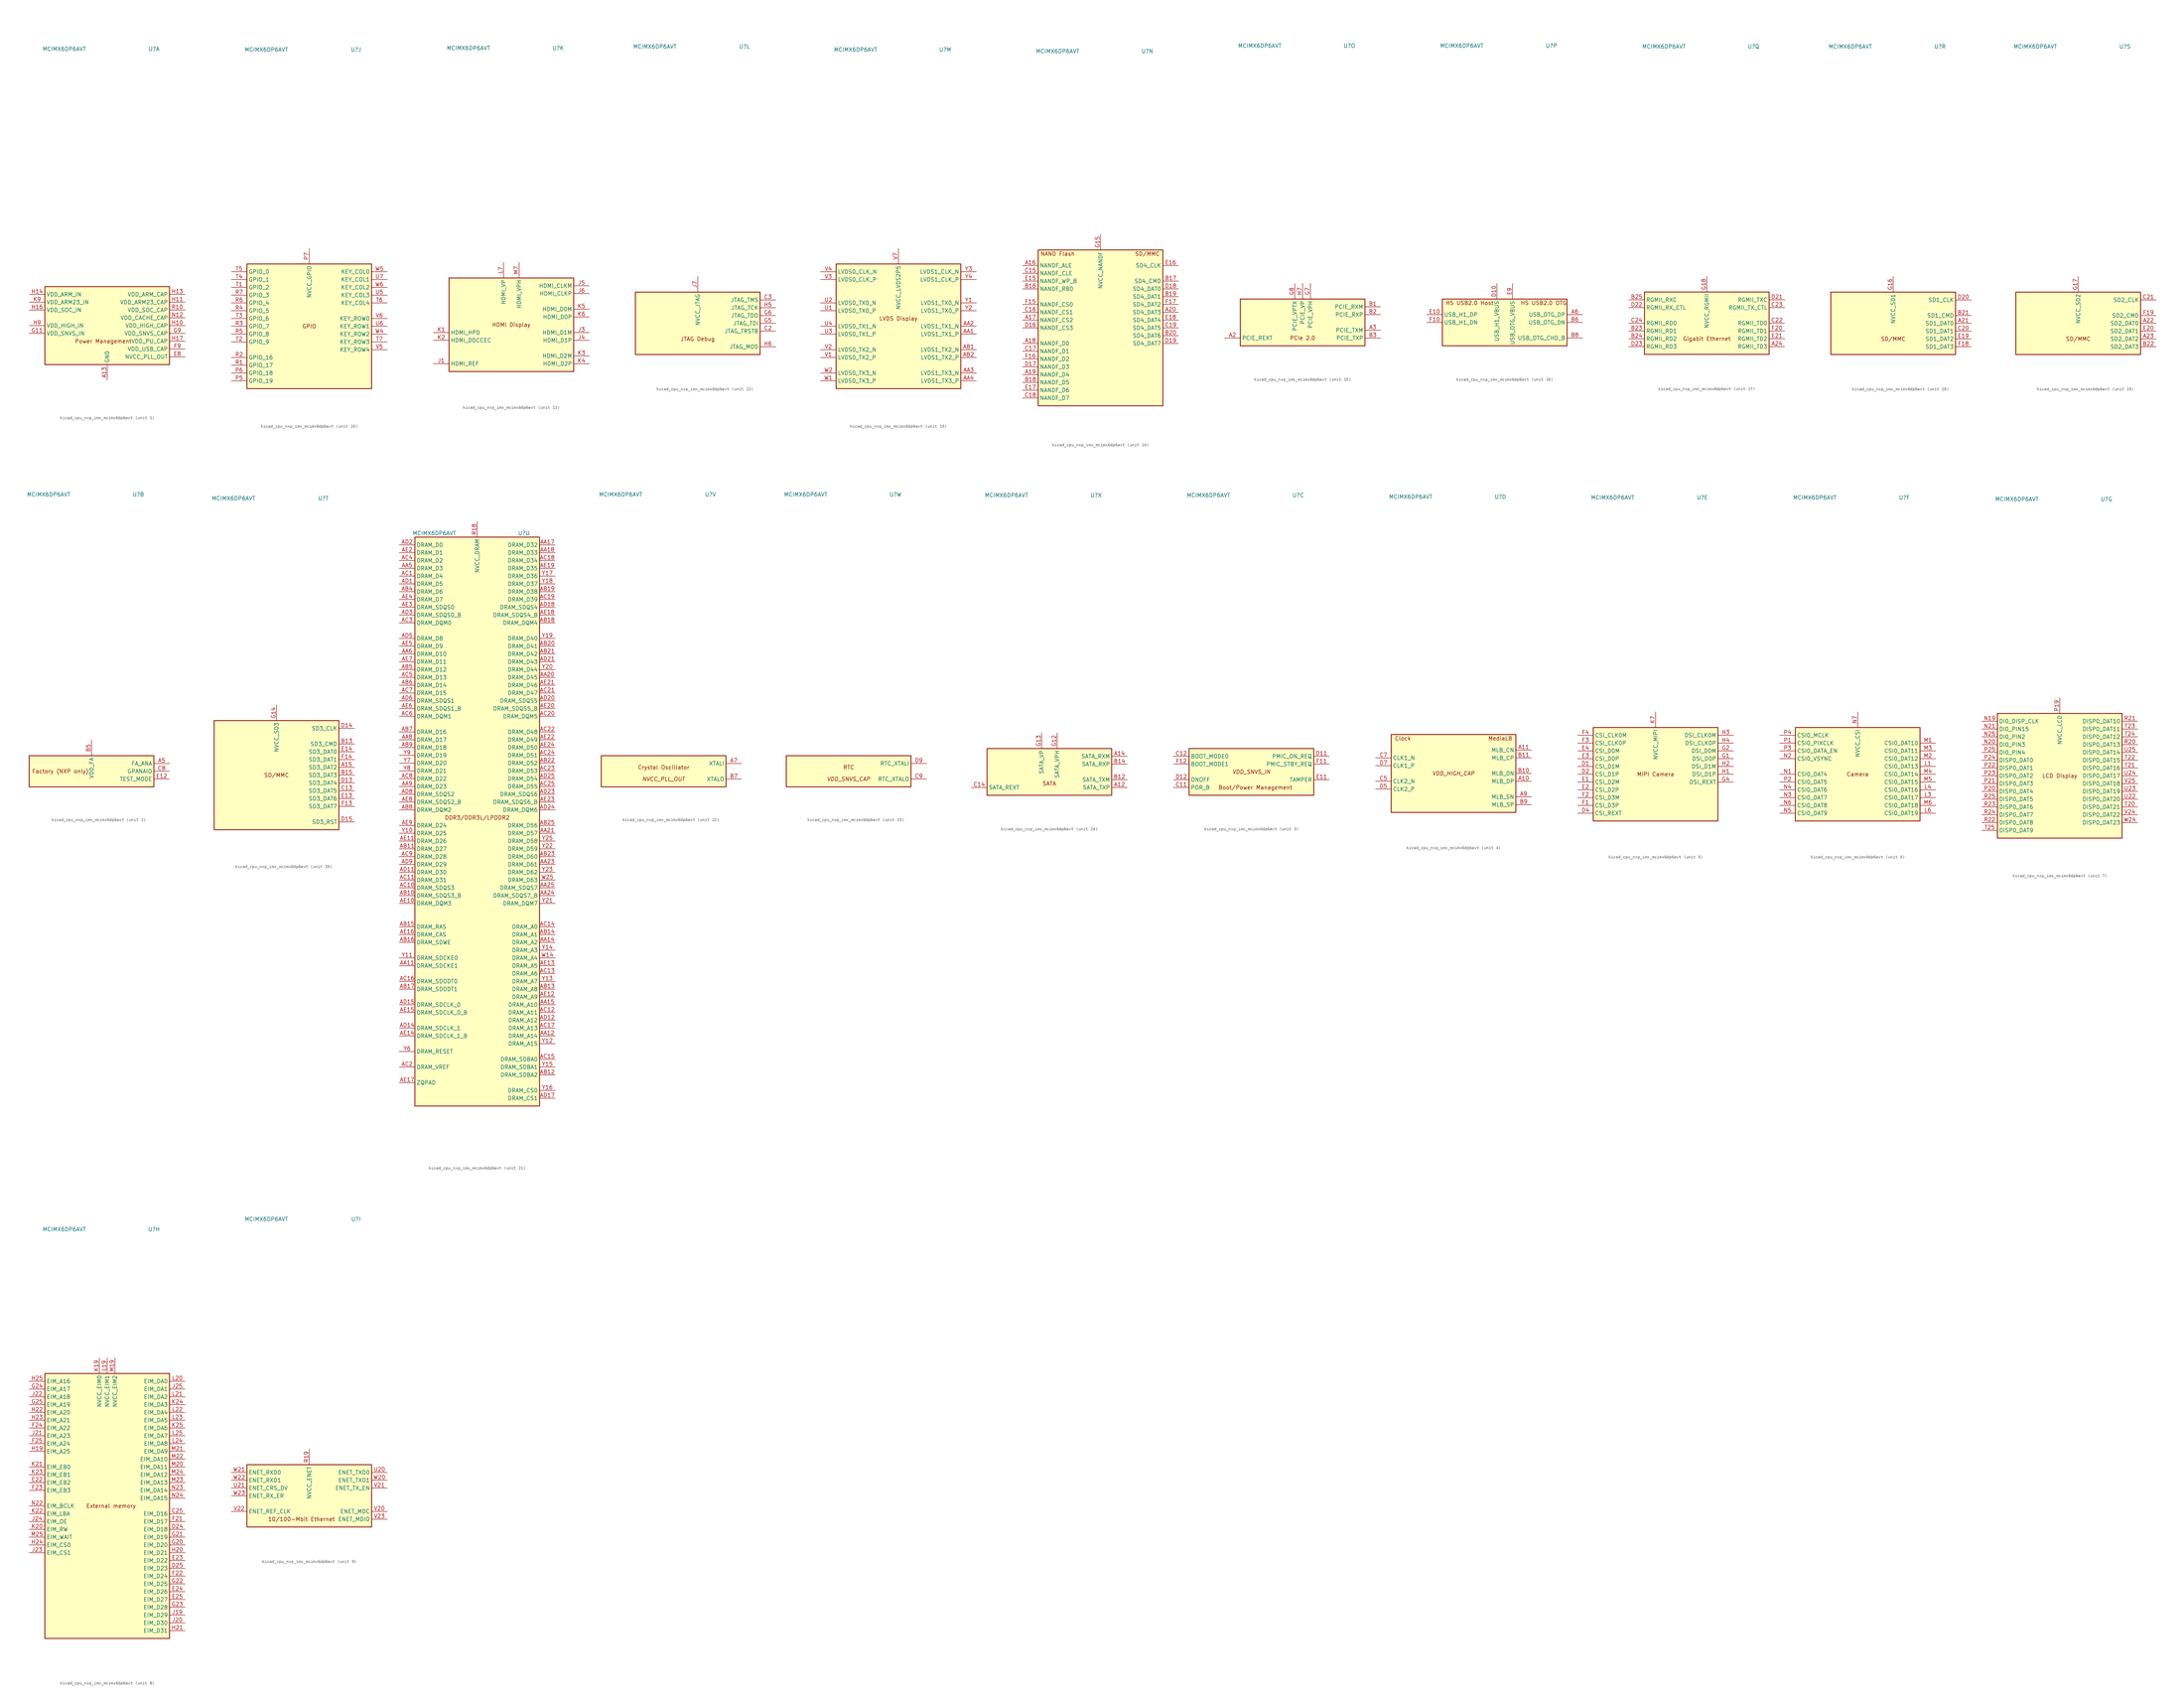
<source format=kicad_sym>
(kicad_symbol_lib
  (version 20220914)
  (generator kicad_symbol_editor)
  (symbol "kicad_cpu_nxp_imx_mcimx6dp6avt"
    (property "Reference" "U"
      (at 15.24 90.17 0)
      (effects (font (size 1.27 1.27))))
    (property "Value" "MCIMX6DP6AVT"
      (at -13.97 90.17 0)
      (effects (font (size 1.27 1.27))))
    (property "ki_locked" ""
      (at 0 0 0)
      (effects (font (size 1.27 1.27))))
    (symbol "kicad_cpu_nxp_imx_mcimx6dp6avt_1_0"
      (text "Power Management" (at -1.27 -5.08 0) (effects (font (size 1.27 1.27)))))
    (symbol "kicad_cpu_nxp_imx_mcimx6dp6avt_1_1"
      (rectangle (start -20.32 12.7) (end 20.32 -12.7) (stroke (width 0.254) (type default)) (fill (type background)))
      (pin power_in line (at 0 -17.78 90) (length 5.08) (name "GND" (effects (font (size 1.27 1.27)))) (number "A13" (effects (font (size 1.27 1.27)))))
      (pin passive line (at 0 -17.78 90) (length 5.08) hide (name "GND" (effects (font (size 1.27 1.27)))) (number "A25" (effects (font (size 1.27 1.27)))))
      (pin passive line (at 0 -17.78 90) (length 5.08) hide (name "GND" (effects (font (size 1.27 1.27)))) (number "A4" (effects (font (size 1.27 1.27)))))
      (pin passive line (at 0 -17.78 90) (length 5.08) hide (name "GND" (effects (font (size 1.27 1.27)))) (number "A8" (effects (font (size 1.27 1.27)))))
      (pin passive line (at 0 -17.78 90) (length 5.08) hide (name "GND" (effects (font (size 1.27 1.27)))) (number "AA10" (effects (font (size 1.27 1.27)))))
      (pin passive line (at 0 -17.78 90) (length 5.08) hide (name "GND" (effects (font (size 1.27 1.27)))) (number "AA13" (effects (font (size 1.27 1.27)))))
      (pin passive line (at 0 -17.78 90) (length 5.08) hide (name "GND" (effects (font (size 1.27 1.27)))) (number "AA16" (effects (font (size 1.27 1.27)))))
      (pin passive line (at 0 -17.78 90) (length 5.08) hide (name "GND" (effects (font (size 1.27 1.27)))) (number "AA19" (effects (font (size 1.27 1.27)))))
      (pin passive line (at 0 -17.78 90) (length 5.08) hide (name "GND" (effects (font (size 1.27 1.27)))) (number "AA22" (effects (font (size 1.27 1.27)))))
      (pin passive line (at 0 -17.78 90) (length 5.08) hide (name "GND" (effects (font (size 1.27 1.27)))) (number "AA7" (effects (font (size 1.27 1.27)))))
      (pin passive line (at 0 -17.78 90) (length 5.08) hide (name "GND" (effects (font (size 1.27 1.27)))) (number "AB24" (effects (font (size 1.27 1.27)))))
      (pin passive line (at 0 -17.78 90) (length 5.08) hide (name "GND" (effects (font (size 1.27 1.27)))) (number "AB3" (effects (font (size 1.27 1.27)))))
      (pin passive line (at 0 -17.78 90) (length 5.08) hide (name "GND" (effects (font (size 1.27 1.27)))) (number "AD10" (effects (font (size 1.27 1.27)))))
      (pin passive line (at 0 -17.78 90) (length 5.08) hide (name "GND" (effects (font (size 1.27 1.27)))) (number "AD13" (effects (font (size 1.27 1.27)))))
      (pin passive line (at 0 -17.78 90) (length 5.08) hide (name "GND" (effects (font (size 1.27 1.27)))) (number "AD16" (effects (font (size 1.27 1.27)))))
      (pin passive line (at 0 -17.78 90) (length 5.08) hide (name "GND" (effects (font (size 1.27 1.27)))) (number "AD19" (effects (font (size 1.27 1.27)))))
      (pin passive line (at 0 -17.78 90) (length 5.08) hide (name "GND" (effects (font (size 1.27 1.27)))) (number "AD22" (effects (font (size 1.27 1.27)))))
      (pin passive line (at 0 -17.78 90) (length 5.08) hide (name "GND" (effects (font (size 1.27 1.27)))) (number "AD4" (effects (font (size 1.27 1.27)))))
      (pin passive line (at 0 -17.78 90) (length 5.08) hide (name "GND" (effects (font (size 1.27 1.27)))) (number "AD7" (effects (font (size 1.27 1.27)))))
      (pin passive line (at 0 -17.78 90) (length 5.08) hide (name "GND" (effects (font (size 1.27 1.27)))) (number "AE1" (effects (font (size 1.27 1.27)))))
      (pin passive line (at 0 -17.78 90) (length 5.08) hide (name "GND" (effects (font (size 1.27 1.27)))) (number "AE25" (effects (font (size 1.27 1.27)))))
      (pin passive line (at 0 -17.78 90) (length 5.08) hide (name "GND" (effects (font (size 1.27 1.27)))) (number "B4" (effects (font (size 1.27 1.27)))))
      (pin passive line (at 0 -17.78 90) (length 5.08) hide (name "GND" (effects (font (size 1.27 1.27)))) (number "C1" (effects (font (size 1.27 1.27)))))
      (pin passive line (at 0 -17.78 90) (length 5.08) hide (name "GND" (effects (font (size 1.27 1.27)))) (number "C10" (effects (font (size 1.27 1.27)))))
      (pin passive line (at 0 -17.78 90) (length 5.08) hide (name "GND" (effects (font (size 1.27 1.27)))) (number "C4" (effects (font (size 1.27 1.27)))))
      (pin passive line (at 0 -17.78 90) (length 5.08) hide (name "GND" (effects (font (size 1.27 1.27)))) (number "C6" (effects (font (size 1.27 1.27)))))
      (pin passive line (at 0 -17.78 90) (length 5.08) hide (name "GND" (effects (font (size 1.27 1.27)))) (number "D3" (effects (font (size 1.27 1.27)))))
      (pin passive line (at 0 -17.78 90) (length 5.08) hide (name "GND" (effects (font (size 1.27 1.27)))) (number "D6" (effects (font (size 1.27 1.27)))))
      (pin passive line (at 0 -17.78 90) (length 5.08) hide (name "GND" (effects (font (size 1.27 1.27)))) (number "D8" (effects (font (size 1.27 1.27)))))
      (pin passive line (at 0 -17.78 90) (length 5.08) hide (name "GND" (effects (font (size 1.27 1.27)))) (number "E5" (effects (font (size 1.27 1.27)))))
      (pin passive line (at 0 -17.78 90) (length 5.08) hide (name "GND" (effects (font (size 1.27 1.27)))) (number "E6" (effects (font (size 1.27 1.27)))))
      (pin passive line (at 0 -17.78 90) (length 5.08) hide (name "GND" (effects (font (size 1.27 1.27)))) (number "E7" (effects (font (size 1.27 1.27)))))
      (pin power_out line (at 25.4 -10.16 180) (length 5.08) (name "NVCC_PLL_OUT" (effects (font (size 1.27 1.27)))) (number "E8" (effects (font (size 1.27 1.27)))))
      (pin passive line (at 0 -17.78 90) (length 5.08) hide (name "GND" (effects (font (size 1.27 1.27)))) (number "F5" (effects (font (size 1.27 1.27)))))
      (pin passive line (at 0 -17.78 90) (length 5.08) hide (name "GND" (effects (font (size 1.27 1.27)))) (number "F6" (effects (font (size 1.27 1.27)))))
      (pin passive line (at 0 -17.78 90) (length 5.08) hide (name "GND" (effects (font (size 1.27 1.27)))) (number "F7" (effects (font (size 1.27 1.27)))))
      (pin passive line (at 0 -17.78 90) (length 5.08) hide (name "GND" (effects (font (size 1.27 1.27)))) (number "F8" (effects (font (size 1.27 1.27)))))
      (pin power_out line (at 25.4 -7.62 180) (length 5.08) (name "VDD_USB_CAP" (effects (font (size 1.27 1.27)))) (number "F9" (effects (font (size 1.27 1.27)))))
      (pin passive line (at 0 -17.78 90) (length 5.08) hide (name "GND" (effects (font (size 1.27 1.27)))) (number "G10" (effects (font (size 1.27 1.27)))))
      (pin power_in line (at -25.4 -2.54 0) (length 5.08) (name "VDD_SNVS_IN" (effects (font (size 1.27 1.27)))) (number "G11" (effects (font (size 1.27 1.27)))))
      (pin passive line (at 0 -17.78 90) (length 5.08) hide (name "GND" (effects (font (size 1.27 1.27)))) (number "G19" (effects (font (size 1.27 1.27)))))
      (pin passive line (at 0 -17.78 90) (length 5.08) hide (name "GND" (effects (font (size 1.27 1.27)))) (number "G3" (effects (font (size 1.27 1.27)))))
      (pin power_out line (at 25.4 -2.54 180) (length 5.08) (name "VDD_SNVS_CAP" (effects (font (size 1.27 1.27)))) (number "G9" (effects (font (size 1.27 1.27)))))
      (pin power_out line (at 25.4 0 180) (length 5.08) (name "VDD_HIGH_CAP" (effects (font (size 1.27 1.27)))) (number "H10" (effects (font (size 1.27 1.27)))))
      (pin power_out line (at 25.4 7.62 180) (length 5.08) (name "VDD_ARM23_CAP" (effects (font (size 1.27 1.27)))) (number "H11" (effects (font (size 1.27 1.27)))))
      (pin passive line (at 0 -17.78 90) (length 5.08) hide (name "GND" (effects (font (size 1.27 1.27)))) (number "H12" (effects (font (size 1.27 1.27)))))
      (pin power_out line (at 25.4 10.16 180) (length 5.08) (name "VDD_ARM_CAP" (effects (font (size 1.27 1.27)))) (number "H13" (effects (font (size 1.27 1.27)))))
      (pin power_in line (at -25.4 10.16 0) (length 5.08) (name "VDD_ARM_IN" (effects (font (size 1.27 1.27)))) (number "H14" (effects (font (size 1.27 1.27)))))
      (pin passive line (at 0 -17.78 90) (length 5.08) hide (name "GND" (effects (font (size 1.27 1.27)))) (number "H15" (effects (font (size 1.27 1.27)))))
      (pin power_in line (at -25.4 5.08 0) (length 5.08) (name "VDD_SOC_IN" (effects (font (size 1.27 1.27)))) (number "H16" (effects (font (size 1.27 1.27)))))
      (pin power_out line (at 25.4 -5.08 180) (length 5.08) (name "VDD_PU_CAP" (effects (font (size 1.27 1.27)))) (number "H17" (effects (font (size 1.27 1.27)))))
      (pin passive line (at 0 -17.78 90) (length 5.08) hide (name "GND" (effects (font (size 1.27 1.27)))) (number "H18" (effects (font (size 1.27 1.27)))))
      (pin passive line (at 0 -17.78 90) (length 5.08) hide (name "GND" (effects (font (size 1.27 1.27)))) (number "H8" (effects (font (size 1.27 1.27)))))
      (pin power_in line (at -25.4 0 0) (length 5.08) (name "VDD_HIGH_IN" (effects (font (size 1.27 1.27)))) (number "H9" (effects (font (size 1.27 1.27)))))
      (pin passive line (at 25.4 0 180) (length 5.08) hide (name "VDD_HIGH_CAP" (effects (font (size 1.27 1.27)))) (number "J10" (effects (font (size 1.27 1.27)))))
      (pin passive line (at 25.4 7.62 180) (length 5.08) hide (name "VDD_ARM23_CAP" (effects (font (size 1.27 1.27)))) (number "J11" (effects (font (size 1.27 1.27)))))
      (pin passive line (at 0 -17.78 90) (length 5.08) hide (name "GND" (effects (font (size 1.27 1.27)))) (number "J12" (effects (font (size 1.27 1.27)))))
      (pin passive line (at 25.4 10.16 180) (length 5.08) hide (name "VDD_ARM_CAP" (effects (font (size 1.27 1.27)))) (number "J13" (effects (font (size 1.27 1.27)))))
      (pin passive line (at -25.4 10.16 0) (length 5.08) hide (name "VDD_ARM_IN" (effects (font (size 1.27 1.27)))) (number "J14" (effects (font (size 1.27 1.27)))))
      (pin passive line (at 0 -17.78 90) (length 5.08) hide (name "GND" (effects (font (size 1.27 1.27)))) (number "J15" (effects (font (size 1.27 1.27)))))
      (pin passive line (at -25.4 5.08 0) (length 5.08) hide (name "VDD_SOC_IN" (effects (font (size 1.27 1.27)))) (number "J16" (effects (font (size 1.27 1.27)))))
      (pin passive line (at 25.4 -5.08 180) (length 5.08) hide (name "VDD_PU_CAP" (effects (font (size 1.27 1.27)))) (number "J17" (effects (font (size 1.27 1.27)))))
      (pin passive line (at 0 -17.78 90) (length 5.08) hide (name "GND" (effects (font (size 1.27 1.27)))) (number "J18" (effects (font (size 1.27 1.27)))))
      (pin passive line (at 0 -17.78 90) (length 5.08) hide (name "GND" (effects (font (size 1.27 1.27)))) (number "J2" (effects (font (size 1.27 1.27)))))
      (pin passive line (at 0 -17.78 90) (length 5.08) hide (name "GND" (effects (font (size 1.27 1.27)))) (number "J8" (effects (font (size 1.27 1.27)))))
      (pin passive line (at -25.4 0 0) (length 5.08) hide (name "VDD_HIGH_IN" (effects (font (size 1.27 1.27)))) (number "J9" (effects (font (size 1.27 1.27)))))
      (pin passive line (at 0 -17.78 90) (length 5.08) hide (name "GND" (effects (font (size 1.27 1.27)))) (number "K10" (effects (font (size 1.27 1.27)))))
      (pin passive line (at 25.4 7.62 180) (length 5.08) hide (name "VDD_ARM23_CAP" (effects (font (size 1.27 1.27)))) (number "K11" (effects (font (size 1.27 1.27)))))
      (pin passive line (at 0 -17.78 90) (length 5.08) hide (name "GND" (effects (font (size 1.27 1.27)))) (number "K12" (effects (font (size 1.27 1.27)))))
      (pin passive line (at 25.4 10.16 180) (length 5.08) hide (name "VDD_ARM_CAP" (effects (font (size 1.27 1.27)))) (number "K13" (effects (font (size 1.27 1.27)))))
      (pin passive line (at -25.4 10.16 0) (length 5.08) hide (name "VDD_ARM_IN" (effects (font (size 1.27 1.27)))) (number "K14" (effects (font (size 1.27 1.27)))))
      (pin passive line (at 0 -17.78 90) (length 5.08) hide (name "GND" (effects (font (size 1.27 1.27)))) (number "K15" (effects (font (size 1.27 1.27)))))
      (pin passive line (at -25.4 5.08 0) (length 5.08) hide (name "VDD_SOC_IN" (effects (font (size 1.27 1.27)))) (number "K16" (effects (font (size 1.27 1.27)))))
      (pin passive line (at 25.4 -5.08 180) (length 5.08) hide (name "VDD_PU_CAP" (effects (font (size 1.27 1.27)))) (number "K17" (effects (font (size 1.27 1.27)))))
      (pin passive line (at 0 -17.78 90) (length 5.08) hide (name "GND" (effects (font (size 1.27 1.27)))) (number "K18" (effects (font (size 1.27 1.27)))))
      (pin passive line (at 0 -17.78 90) (length 5.08) hide (name "GND" (effects (font (size 1.27 1.27)))) (number "K8" (effects (font (size 1.27 1.27)))))
      (pin power_in line (at -25.4 7.62 0) (length 5.08) (name "VDD_ARM23_IN" (effects (font (size 1.27 1.27)))) (number "K9" (effects (font (size 1.27 1.27)))))
      (pin passive line (at 0 -17.78 90) (length 5.08) hide (name "GND" (effects (font (size 1.27 1.27)))) (number "L10" (effects (font (size 1.27 1.27)))))
      (pin passive line (at 25.4 7.62 180) (length 5.08) hide (name "VDD_ARM23_CAP" (effects (font (size 1.27 1.27)))) (number "L11" (effects (font (size 1.27 1.27)))))
      (pin passive line (at 0 -17.78 90) (length 5.08) hide (name "GND" (effects (font (size 1.27 1.27)))) (number "L12" (effects (font (size 1.27 1.27)))))
      (pin passive line (at 25.4 10.16 180) (length 5.08) hide (name "VDD_ARM_CAP" (effects (font (size 1.27 1.27)))) (number "L13" (effects (font (size 1.27 1.27)))))
      (pin passive line (at -25.4 10.16 0) (length 5.08) hide (name "VDD_ARM_IN" (effects (font (size 1.27 1.27)))) (number "L14" (effects (font (size 1.27 1.27)))))
      (pin passive line (at 0 -17.78 90) (length 5.08) hide (name "GND" (effects (font (size 1.27 1.27)))) (number "L15" (effects (font (size 1.27 1.27)))))
      (pin passive line (at -25.4 5.08 0) (length 5.08) hide (name "VDD_SOC_IN" (effects (font (size 1.27 1.27)))) (number "L16" (effects (font (size 1.27 1.27)))))
      (pin passive line (at 25.4 -5.08 180) (length 5.08) hide (name "VDD_PU_CAP" (effects (font (size 1.27 1.27)))) (number "L17" (effects (font (size 1.27 1.27)))))
      (pin passive line (at 0 -17.78 90) (length 5.08) hide (name "GND" (effects (font (size 1.27 1.27)))) (number "L18" (effects (font (size 1.27 1.27)))))
      (pin passive line (at 0 -17.78 90) (length 5.08) hide (name "GND" (effects (font (size 1.27 1.27)))) (number "L2" (effects (font (size 1.27 1.27)))))
      (pin passive line (at 0 -17.78 90) (length 5.08) hide (name "GND" (effects (font (size 1.27 1.27)))) (number "L5" (effects (font (size 1.27 1.27)))))
      (pin passive line (at 0 -17.78 90) (length 5.08) hide (name "GND" (effects (font (size 1.27 1.27)))) (number "L8" (effects (font (size 1.27 1.27)))))
      (pin passive line (at -25.4 7.62 0) (length 5.08) hide (name "VDD_ARM23_IN" (effects (font (size 1.27 1.27)))) (number "L9" (effects (font (size 1.27 1.27)))))
      (pin passive line (at 0 -17.78 90) (length 5.08) hide (name "GND" (effects (font (size 1.27 1.27)))) (number "M10" (effects (font (size 1.27 1.27)))))
      (pin passive line (at 25.4 7.62 180) (length 5.08) hide (name "VDD_ARM23_CAP" (effects (font (size 1.27 1.27)))) (number "M11" (effects (font (size 1.27 1.27)))))
      (pin passive line (at 0 -17.78 90) (length 5.08) hide (name "GND" (effects (font (size 1.27 1.27)))) (number "M12" (effects (font (size 1.27 1.27)))))
      (pin passive line (at 25.4 10.16 180) (length 5.08) hide (name "VDD_ARM_CAP" (effects (font (size 1.27 1.27)))) (number "M13" (effects (font (size 1.27 1.27)))))
      (pin passive line (at -25.4 10.16 0) (length 5.08) hide (name "VDD_ARM_IN" (effects (font (size 1.27 1.27)))) (number "M14" (effects (font (size 1.27 1.27)))))
      (pin passive line (at 0 -17.78 90) (length 5.08) hide (name "GND" (effects (font (size 1.27 1.27)))) (number "M15" (effects (font (size 1.27 1.27)))))
      (pin passive line (at -25.4 5.08 0) (length 5.08) hide (name "VDD_SOC_IN" (effects (font (size 1.27 1.27)))) (number "M16" (effects (font (size 1.27 1.27)))))
      (pin passive line (at 25.4 -5.08 180) (length 5.08) hide (name "VDD_PU_CAP" (effects (font (size 1.27 1.27)))) (number "M17" (effects (font (size 1.27 1.27)))))
      (pin passive line (at 0 -17.78 90) (length 5.08) hide (name "GND" (effects (font (size 1.27 1.27)))) (number "M18" (effects (font (size 1.27 1.27)))))
      (pin passive line (at 0 -17.78 90) (length 5.08) hide (name "GND" (effects (font (size 1.27 1.27)))) (number "M8" (effects (font (size 1.27 1.27)))))
      (pin passive line (at -25.4 7.62 0) (length 5.08) hide (name "VDD_ARM23_IN" (effects (font (size 1.27 1.27)))) (number "M9" (effects (font (size 1.27 1.27)))))
      (pin passive line (at 0 -17.78 90) (length 5.08) hide (name "GND" (effects (font (size 1.27 1.27)))) (number "N10" (effects (font (size 1.27 1.27)))))
      (pin passive line (at 25.4 7.62 180) (length 5.08) hide (name "VDD_ARM23_CAP" (effects (font (size 1.27 1.27)))) (number "N11" (effects (font (size 1.27 1.27)))))
      (pin power_in line (at 25.4 2.54 180) (length 5.08) (name "VDD_CACHE_CAP" (effects (font (size 1.27 1.27)))) (number "N12" (effects (font (size 1.27 1.27)))))
      (pin passive line (at 25.4 10.16 180) (length 5.08) hide (name "VDD_ARM_CAP" (effects (font (size 1.27 1.27)))) (number "N13" (effects (font (size 1.27 1.27)))))
      (pin passive line (at -25.4 10.16 0) (length 5.08) hide (name "VDD_ARM_IN" (effects (font (size 1.27 1.27)))) (number "N14" (effects (font (size 1.27 1.27)))))
      (pin passive line (at 0 -17.78 90) (length 5.08) hide (name "GND" (effects (font (size 1.27 1.27)))) (number "N15" (effects (font (size 1.27 1.27)))))
      (pin passive line (at -25.4 5.08 0) (length 5.08) hide (name "VDD_SOC_IN" (effects (font (size 1.27 1.27)))) (number "N16" (effects (font (size 1.27 1.27)))))
      (pin passive line (at 25.4 -5.08 180) (length 5.08) hide (name "VDD_PU_CAP" (effects (font (size 1.27 1.27)))) (number "N17" (effects (font (size 1.27 1.27)))))
      (pin passive line (at 0 -17.78 90) (length 5.08) hide (name "GND" (effects (font (size 1.27 1.27)))) (number "N18" (effects (font (size 1.27 1.27)))))
      (pin passive line (at 0 -17.78 90) (length 5.08) hide (name "GND" (effects (font (size 1.27 1.27)))) (number "N8" (effects (font (size 1.27 1.27)))))
      (pin passive line (at -25.4 7.62 0) (length 5.08) hide (name "VDD_ARM23_IN" (effects (font (size 1.27 1.27)))) (number "N9" (effects (font (size 1.27 1.27)))))
      (pin passive line (at 0 -17.78 90) (length 5.08) hide (name "GND" (effects (font (size 1.27 1.27)))) (number "P10" (effects (font (size 1.27 1.27)))))
      (pin passive line (at 25.4 7.62 180) (length 5.08) hide (name "VDD_ARM23_CAP" (effects (font (size 1.27 1.27)))) (number "P11" (effects (font (size 1.27 1.27)))))
      (pin passive line (at 0 -17.78 90) (length 5.08) hide (name "GND" (effects (font (size 1.27 1.27)))) (number "P12" (effects (font (size 1.27 1.27)))))
      (pin passive line (at 25.4 10.16 180) (length 5.08) hide (name "VDD_ARM_CAP" (effects (font (size 1.27 1.27)))) (number "P13" (effects (font (size 1.27 1.27)))))
      (pin passive line (at -25.4 10.16 0) (length 5.08) hide (name "VDD_ARM_IN" (effects (font (size 1.27 1.27)))) (number "P14" (effects (font (size 1.27 1.27)))))
      (pin passive line (at 0 -17.78 90) (length 5.08) hide (name "GND" (effects (font (size 1.27 1.27)))) (number "P15" (effects (font (size 1.27 1.27)))))
      (pin passive line (at -25.4 5.08 0) (length 5.08) hide (name "VDD_SOC_IN" (effects (font (size 1.27 1.27)))) (number "P16" (effects (font (size 1.27 1.27)))))
      (pin passive line (at 25.4 -5.08 180) (length 5.08) hide (name "VDD_PU_CAP" (effects (font (size 1.27 1.27)))) (number "P17" (effects (font (size 1.27 1.27)))))
      (pin passive line (at 0 -17.78 90) (length 5.08) hide (name "GND" (effects (font (size 1.27 1.27)))) (number "P18" (effects (font (size 1.27 1.27)))))
      (pin passive line (at 0 -17.78 90) (length 5.08) hide (name "GND" (effects (font (size 1.27 1.27)))) (number "P8" (effects (font (size 1.27 1.27)))))
      (pin passive line (at -25.4 7.62 0) (length 5.08) hide (name "VDD_ARM23_IN" (effects (font (size 1.27 1.27)))) (number "P9" (effects (font (size 1.27 1.27)))))
      (pin power_out line (at 25.4 5.08 180) (length 5.08) (name "VDD_SOC_CAP" (effects (font (size 1.27 1.27)))) (number "R10" (effects (font (size 1.27 1.27)))))
      (pin passive line (at 25.4 7.62 180) (length 5.08) hide (name "VDD_ARM23_CAP" (effects (font (size 1.27 1.27)))) (number "R11" (effects (font (size 1.27 1.27)))))
      (pin passive line (at 0 -17.78 90) (length 5.08) hide (name "GND" (effects (font (size 1.27 1.27)))) (number "R12" (effects (font (size 1.27 1.27)))))
      (pin passive line (at 25.4 10.16 180) (length 5.08) hide (name "VDD_ARM_CAP" (effects (font (size 1.27 1.27)))) (number "R13" (effects (font (size 1.27 1.27)))))
      (pin passive line (at -25.4 10.16 0) (length 5.08) hide (name "VDD_ARM_IN" (effects (font (size 1.27 1.27)))) (number "R14" (effects (font (size 1.27 1.27)))))
      (pin passive line (at 0 -17.78 90) (length 5.08) hide (name "GND" (effects (font (size 1.27 1.27)))) (number "R15" (effects (font (size 1.27 1.27)))))
      (pin passive line (at -25.4 5.08 0) (length 5.08) hide (name "VDD_SOC_IN" (effects (font (size 1.27 1.27)))) (number "R16" (effects (font (size 1.27 1.27)))))
      (pin passive line (at 0 -17.78 90) (length 5.08) hide (name "GND" (effects (font (size 1.27 1.27)))) (number "R17" (effects (font (size 1.27 1.27)))))
      (pin passive line (at 0 -17.78 90) (length 5.08) hide (name "GND" (effects (font (size 1.27 1.27)))) (number "R8" (effects (font (size 1.27 1.27)))))
      (pin passive line (at -25.4 7.62 0) (length 5.08) hide (name "VDD_ARM23_IN" (effects (font (size 1.27 1.27)))) (number "R9" (effects (font (size 1.27 1.27)))))
      (pin passive line (at 25.4 5.08 180) (length 5.08) hide (name "VDD_SOC_CAP" (effects (font (size 1.27 1.27)))) (number "T10" (effects (font (size 1.27 1.27)))))
      (pin passive line (at 0 -17.78 90) (length 5.08) hide (name "GND" (effects (font (size 1.27 1.27)))) (number "T11" (effects (font (size 1.27 1.27)))))
      (pin passive line (at 0 -17.78 90) (length 5.08) hide (name "GND" (effects (font (size 1.27 1.27)))) (number "T12" (effects (font (size 1.27 1.27)))))
      (pin passive line (at 25.4 5.08 180) (length 5.08) hide (name "VDD_SOC_CAP" (effects (font (size 1.27 1.27)))) (number "T13" (effects (font (size 1.27 1.27)))))
      (pin passive line (at 25.4 5.08 180) (length 5.08) hide (name "VDD_SOC_CAP" (effects (font (size 1.27 1.27)))) (number "T14" (effects (font (size 1.27 1.27)))))
      (pin passive line (at 0 -17.78 90) (length 5.08) hide (name "GND" (effects (font (size 1.27 1.27)))) (number "T15" (effects (font (size 1.27 1.27)))))
      (pin passive line (at -25.4 5.08 0) (length 5.08) hide (name "VDD_SOC_IN" (effects (font (size 1.27 1.27)))) (number "T16" (effects (font (size 1.27 1.27)))))
      (pin passive line (at 0 -17.78 90) (length 5.08) hide (name "GND" (effects (font (size 1.27 1.27)))) (number "T17" (effects (font (size 1.27 1.27)))))
      (pin passive line (at 0 -17.78 90) (length 5.08) hide (name "GND" (effects (font (size 1.27 1.27)))) (number "T19" (effects (font (size 1.27 1.27)))))
      (pin passive line (at 0 -17.78 90) (length 5.08) hide (name "GND" (effects (font (size 1.27 1.27)))) (number "T8" (effects (font (size 1.27 1.27)))))
      (pin passive line (at -25.4 7.62 0) (length 5.08) hide (name "VDD_ARM23_IN" (effects (font (size 1.27 1.27)))) (number "T9" (effects (font (size 1.27 1.27)))))
      (pin passive line (at 25.4 5.08 180) (length 5.08) hide (name "VDD_SOC_CAP" (effects (font (size 1.27 1.27)))) (number "U10" (effects (font (size 1.27 1.27)))))
      (pin passive line (at 0 -17.78 90) (length 5.08) hide (name "GND" (effects (font (size 1.27 1.27)))) (number "U11" (effects (font (size 1.27 1.27)))))
      (pin passive line (at 0 -17.78 90) (length 5.08) hide (name "GND" (effects (font (size 1.27 1.27)))) (number "U12" (effects (font (size 1.27 1.27)))))
      (pin passive line (at 25.4 5.08 180) (length 5.08) hide (name "VDD_SOC_CAP" (effects (font (size 1.27 1.27)))) (number "U13" (effects (font (size 1.27 1.27)))))
      (pin passive line (at 25.4 5.08 180) (length 5.08) hide (name "VDD_SOC_CAP" (effects (font (size 1.27 1.27)))) (number "U14" (effects (font (size 1.27 1.27)))))
      (pin passive line (at 0 -17.78 90) (length 5.08) hide (name "GND" (effects (font (size 1.27 1.27)))) (number "U15" (effects (font (size 1.27 1.27)))))
      (pin passive line (at -25.4 5.08 0) (length 5.08) hide (name "VDD_SOC_IN" (effects (font (size 1.27 1.27)))) (number "U16" (effects (font (size 1.27 1.27)))))
      (pin passive line (at 0 -17.78 90) (length 5.08) hide (name "GND" (effects (font (size 1.27 1.27)))) (number "U17" (effects (font (size 1.27 1.27)))))
      (pin passive line (at 0 -17.78 90) (length 5.08) hide (name "GND" (effects (font (size 1.27 1.27)))) (number "U19" (effects (font (size 1.27 1.27)))))
      (pin passive line (at 0 -17.78 90) (length 5.08) hide (name "GND" (effects (font (size 1.27 1.27)))) (number "U8" (effects (font (size 1.27 1.27)))))
      (pin passive line (at -25.4 7.62 0) (length 5.08) hide (name "VDD_ARM23_IN" (effects (font (size 1.27 1.27)))) (number "U9" (effects (font (size 1.27 1.27)))))
      (pin passive line (at 0 -17.78 90) (length 5.08) hide (name "GND" (effects (font (size 1.27 1.27)))) (number "V19" (effects (font (size 1.27 1.27)))))
      (pin passive line (at 0 -17.78 90) (length 5.08) hide (name "GND" (effects (font (size 1.27 1.27)))) (number "V8" (effects (font (size 1.27 1.27)))))
      (pin passive line (at 0 -17.78 90) (length 5.08) hide (name "GND" (effects (font (size 1.27 1.27)))) (number "W10" (effects (font (size 1.27 1.27)))))
      (pin passive line (at 0 -17.78 90) (length 5.08) hide (name "GND" (effects (font (size 1.27 1.27)))) (number "W11" (effects (font (size 1.27 1.27)))))
      (pin passive line (at 0 -17.78 90) (length 5.08) hide (name "GND" (effects (font (size 1.27 1.27)))) (number "W12" (effects (font (size 1.27 1.27)))))
      (pin passive line (at 0 -17.78 90) (length 5.08) hide (name "GND" (effects (font (size 1.27 1.27)))) (number "W13" (effects (font (size 1.27 1.27)))))
      (pin passive line (at 0 -17.78 90) (length 5.08) hide (name "GND" (effects (font (size 1.27 1.27)))) (number "W15" (effects (font (size 1.27 1.27)))))
      (pin passive line (at 0 -17.78 90) (length 5.08) hide (name "GND" (effects (font (size 1.27 1.27)))) (number "W16" (effects (font (size 1.27 1.27)))))
      (pin passive line (at 0 -17.78 90) (length 5.08) hide (name "GND" (effects (font (size 1.27 1.27)))) (number "W17" (effects (font (size 1.27 1.27)))))
      (pin passive line (at 0 -17.78 90) (length 5.08) hide (name "GND" (effects (font (size 1.27 1.27)))) (number "W18" (effects (font (size 1.27 1.27)))))
      (pin passive line (at 0 -17.78 90) (length 5.08) hide (name "GND" (effects (font (size 1.27 1.27)))) (number "W19" (effects (font (size 1.27 1.27)))))
      (pin passive line (at 0 -17.78 90) (length 5.08) hide (name "GND" (effects (font (size 1.27 1.27)))) (number "W3" (effects (font (size 1.27 1.27)))))
      (pin passive line (at 0 -17.78 90) (length 5.08) hide (name "GND" (effects (font (size 1.27 1.27)))) (number "W7" (effects (font (size 1.27 1.27)))))
      (pin passive line (at 0 -17.78 90) (length 5.08) hide (name "GND" (effects (font (size 1.27 1.27)))) (number "W8" (effects (font (size 1.27 1.27)))))
      (pin passive line (at 0 -17.78 90) (length 5.08) hide (name "GND" (effects (font (size 1.27 1.27)))) (number "W9" (effects (font (size 1.27 1.27)))))
      (pin passive line (at 0 -17.78 90) (length 5.08) hide (name "GND" (effects (font (size 1.27 1.27)))) (number "Y24" (effects (font (size 1.27 1.27)))))
      (pin passive line (at 0 -17.78 90) (length 5.08) hide (name "GND" (effects (font (size 1.27 1.27)))) (number "Y5" (effects (font (size 1.27 1.27))))))
    (symbol "kicad_cpu_nxp_imx_mcimx6dp6avt_2_0"
      (text "Factory (NXP only)" (at -10.16 0 0) (effects (font (size 1.27 1.27)))))
    (symbol "kicad_cpu_nxp_imx_mcimx6dp6avt_2_1"
      (rectangle (start -20.32 5.08) (end 20.32 -5.08) (stroke (width 0.254) (type default)) (fill (type background)))
      (pin passive line (at 25.4 2.54 180) (length 5.08) (name "FA_ANA" (effects (font (size 1.27 1.27)))) (number "A5" (effects (font (size 1.27 1.27)))))
      (pin passive line (at 0 10.16 270) (length 5.08) (name "VDD_FA" (effects (font (size 1.27 1.27)))) (number "B5" (effects (font (size 1.27 1.27)))))
      (pin passive line (at 25.4 0 180) (length 5.08) (name "GPANAIO" (effects (font (size 1.27 1.27)))) (number "C8" (effects (font (size 1.27 1.27)))))
      (pin passive line (at 25.4 -2.54 180) (length 5.08) (name "TEST_MODE" (effects (font (size 1.27 1.27)))) (number "E12" (effects (font (size 1.27 1.27))))))
    (symbol "kicad_cpu_nxp_imx_mcimx6dp6avt_3_0"
      (text "Boot/Power Management" (at 1.27 -5.08 0) (effects (font (size 1.27 1.27)))))
    (symbol "kicad_cpu_nxp_imx_mcimx6dp6avt_3_1"
      (rectangle (start -20.32 7.62) (end 20.32 -7.62) (stroke (width 0.254) (type default)) (fill (type background)))
      (text "VDD_SNVS_IN" (at 0 0 0) (effects (font (size 1.27 1.27) italic)))
      (pin input line (at -25.4 -5.08 0) (length 5.08) (name "POR_B" (effects (font (size 1.27 1.27)))) (number "C11" (effects (font (size 1.27 1.27)))))
      (pin input line (at -25.4 5.08 0) (length 5.08) (name "BOOT_MODE0" (effects (font (size 1.27 1.27)))) (number "C12" (effects (font (size 1.27 1.27)))))
      (pin output line (at 25.4 5.08 180) (length 5.08) (name "PMIC_ON_REQ" (effects (font (size 1.27 1.27)))) (number "D11" (effects (font (size 1.27 1.27)))))
      (pin input line (at -25.4 -2.54 0) (length 5.08) (name "ONOFF" (effects (font (size 1.27 1.27)))) (number "D12" (effects (font (size 1.27 1.27)))))
      (pin input line (at 25.4 -2.54 180) (length 5.08) (name "TAMPER" (effects (font (size 1.27 1.27)))) (number "E11" (effects (font (size 1.27 1.27)))))
      (pin output line (at 25.4 2.54 180) (length 5.08) (name "PMIC_STBY_REQ" (effects (font (size 1.27 1.27)))) (number "F11" (effects (font (size 1.27 1.27)))))
      (pin input line (at -25.4 2.54 0) (length 5.08) (name "BOOT_MODE1" (effects (font (size 1.27 1.27)))) (number "F12" (effects (font (size 1.27 1.27))))))
    (symbol "kicad_cpu_nxp_imx_mcimx6dp6avt_4_0"
      (text "Clock" (at -16.51 11.43 0) (effects (font (size 1.27 1.27))))
      (text "MediaLB" (at 15.24 11.43 0) (effects (font (size 1.27 1.27)))))
    (symbol "kicad_cpu_nxp_imx_mcimx6dp6avt_4_1"
      (rectangle (start -20.32 12.7) (end 20.32 -12.7) (stroke (width 0.254) (type default)) (fill (type background)))
      (text "VDD_HIGH_CAP" (at 0 0 0) (effects (font (size 1.27 1.27) italic)))
      (pin bidirectional line (at 25.4 -2.54 180) (length 5.08) (name "MLB_DP" (effects (font (size 1.27 1.27)))) (number "A10" (effects (font (size 1.27 1.27)))))
      (pin input line (at 25.4 7.62 180) (length 5.08) (name "MLB_CN" (effects (font (size 1.27 1.27)))) (number "A11" (effects (font (size 1.27 1.27)))))
      (pin bidirectional line (at 25.4 -7.62 180) (length 5.08) (name "MLB_SN" (effects (font (size 1.27 1.27)))) (number "A9" (effects (font (size 1.27 1.27)))))
      (pin bidirectional line (at 25.4 0 180) (length 5.08) (name "MLB_DN" (effects (font (size 1.27 1.27)))) (number "B10" (effects (font (size 1.27 1.27)))))
      (pin input line (at 25.4 5.08 180) (length 5.08) (name "MLB_CP" (effects (font (size 1.27 1.27)))) (number "B11" (effects (font (size 1.27 1.27)))))
      (pin bidirectional line (at 25.4 -10.16 180) (length 5.08) (name "MLB_SP" (effects (font (size 1.27 1.27)))) (number "B9" (effects (font (size 1.27 1.27)))))
      (pin bidirectional line (at -25.4 -2.54 0) (length 5.08) (name "CLK2_N" (effects (font (size 1.27 1.27)))) (number "C5" (effects (font (size 1.27 1.27)))))
      (pin bidirectional line (at -25.4 5.08 0) (length 5.08) (name "CLK1_N" (effects (font (size 1.27 1.27)))) (number "C7" (effects (font (size 1.27 1.27)))))
      (pin bidirectional line (at -25.4 -5.08 0) (length 5.08) (name "CLK2_P" (effects (font (size 1.27 1.27)))) (number "D5" (effects (font (size 1.27 1.27)))))
      (pin bidirectional line (at -25.4 2.54 0) (length 5.08) (name "CLK1_P" (effects (font (size 1.27 1.27)))) (number "D7" (effects (font (size 1.27 1.27))))))
    (symbol "kicad_cpu_nxp_imx_mcimx6dp6avt_5_0"
      (text "MIPI Camera" (at 0 0 0) (effects (font (size 1.27 1.27)))))
    (symbol "kicad_cpu_nxp_imx_mcimx6dp6avt_5_1"
      (rectangle (start -20.32 15.24) (end 20.32 -15.24) (stroke (width 0.254) (type default)) (fill (type background)))
      (pin input line (at -25.4 2.54 0) (length 5.08) (name "CSI_D1M" (effects (font (size 1.27 1.27)))) (number "D1" (effects (font (size 1.27 1.27)))))
      (pin input line (at -25.4 0 0) (length 5.08) (name "CSI_D1P" (effects (font (size 1.27 1.27)))) (number "D2" (effects (font (size 1.27 1.27)))))
      (pin passive line (at -25.4 -12.7 0) (length 5.08) (name "CSI_REXT" (effects (font (size 1.27 1.27)))) (number "D4" (effects (font (size 1.27 1.27)))))
      (pin input line (at -25.4 -2.54 0) (length 5.08) (name "CSI_D2M" (effects (font (size 1.27 1.27)))) (number "E1" (effects (font (size 1.27 1.27)))))
      (pin input line (at -25.4 -5.08 0) (length 5.08) (name "CSI_D2P" (effects (font (size 1.27 1.27)))) (number "E2" (effects (font (size 1.27 1.27)))))
      (pin input line (at -25.4 5.08 0) (length 5.08) (name "CSI_D0P" (effects (font (size 1.27 1.27)))) (number "E3" (effects (font (size 1.27 1.27)))))
      (pin input line (at -25.4 7.62 0) (length 5.08) (name "CSI_D0M" (effects (font (size 1.27 1.27)))) (number "E4" (effects (font (size 1.27 1.27)))))
      (pin input line (at -25.4 -10.16 0) (length 5.08) (name "CSI_D3P" (effects (font (size 1.27 1.27)))) (number "F1" (effects (font (size 1.27 1.27)))))
      (pin input line (at -25.4 -7.62 0) (length 5.08) (name "CSI_D3M" (effects (font (size 1.27 1.27)))) (number "F2" (effects (font (size 1.27 1.27)))))
      (pin input line (at -25.4 10.16 0) (length 5.08) (name "CSI_CLK0P" (effects (font (size 1.27 1.27)))) (number "F3" (effects (font (size 1.27 1.27)))))
      (pin input line (at -25.4 12.7 0) (length 5.08) (name "CSI_CLK0M" (effects (font (size 1.27 1.27)))) (number "F4" (effects (font (size 1.27 1.27)))))
      (pin output line (at 25.4 5.08 180) (length 5.08) (name "DSI_D0P" (effects (font (size 1.27 1.27)))) (number "G1" (effects (font (size 1.27 1.27)))))
      (pin output line (at 25.4 7.62 180) (length 5.08) (name "DSI_D0M" (effects (font (size 1.27 1.27)))) (number "G2" (effects (font (size 1.27 1.27)))))
      (pin passive line (at 25.4 -2.54 180) (length 5.08) (name "DSI_REXT" (effects (font (size 1.27 1.27)))) (number "G4" (effects (font (size 1.27 1.27)))))
      (pin output line (at 25.4 0 180) (length 5.08) (name "DSI_D1P" (effects (font (size 1.27 1.27)))) (number "H1" (effects (font (size 1.27 1.27)))))
      (pin output line (at 25.4 2.54 180) (length 5.08) (name "DSI_D1M" (effects (font (size 1.27 1.27)))) (number "H2" (effects (font (size 1.27 1.27)))))
      (pin output line (at 25.4 12.7 180) (length 5.08) (name "DSI_CLK0M" (effects (font (size 1.27 1.27)))) (number "H3" (effects (font (size 1.27 1.27)))))
      (pin output line (at 25.4 10.16 180) (length 5.08) (name "DSI_CLK0P" (effects (font (size 1.27 1.27)))) (number "H4" (effects (font (size 1.27 1.27)))))
      (pin power_in line (at 0 20.32 270) (length 5.08) (name "NVCC_MIPI" (effects (font (size 1.27 1.27)))) (number "K7" (effects (font (size 1.27 1.27))))))
    (symbol "kicad_cpu_nxp_imx_mcimx6dp6avt_6_0"
      (text "Camera" (at 0 0 0) (effects (font (size 1.27 1.27)))))
    (symbol "kicad_cpu_nxp_imx_mcimx6dp6avt_6_1"
      (rectangle (start -20.32 15.24) (end 20.32 -15.24) (stroke (width 0.254) (type default)) (fill (type background)))
      (pin bidirectional line (at 25.4 2.54 180) (length 5.08) (name "CSI0_DAT13" (effects (font (size 1.27 1.27)))) (number "L1" (effects (font (size 1.27 1.27)))))
      (pin bidirectional line (at 25.4 -7.62 180) (length 5.08) (name "CSI0_DAT17" (effects (font (size 1.27 1.27)))) (number "L3" (effects (font (size 1.27 1.27)))))
      (pin bidirectional line (at 25.4 -5.08 180) (length 5.08) (name "CSI0_DAT16" (effects (font (size 1.27 1.27)))) (number "L4" (effects (font (size 1.27 1.27)))))
      (pin bidirectional line (at 25.4 -12.7 180) (length 5.08) (name "CSI0_DAT19" (effects (font (size 1.27 1.27)))) (number "L6" (effects (font (size 1.27 1.27)))))
      (pin bidirectional line (at 25.4 10.16 180) (length 5.08) (name "CSI0_DAT10" (effects (font (size 1.27 1.27)))) (number "M1" (effects (font (size 1.27 1.27)))))
      (pin bidirectional line (at 25.4 5.08 180) (length 5.08) (name "CSI0_DAT12" (effects (font (size 1.27 1.27)))) (number "M2" (effects (font (size 1.27 1.27)))))
      (pin bidirectional line (at 25.4 7.62 180) (length 5.08) (name "CSI0_DAT11" (effects (font (size 1.27 1.27)))) (number "M3" (effects (font (size 1.27 1.27)))))
      (pin bidirectional line (at 25.4 0 180) (length 5.08) (name "CSI0_DAT14" (effects (font (size 1.27 1.27)))) (number "M4" (effects (font (size 1.27 1.27)))))
      (pin bidirectional line (at 25.4 -2.54 180) (length 5.08) (name "CSI0_DAT15" (effects (font (size 1.27 1.27)))) (number "M5" (effects (font (size 1.27 1.27)))))
      (pin bidirectional line (at 25.4 -10.16 180) (length 5.08) (name "CSI0_DAT18" (effects (font (size 1.27 1.27)))) (number "M6" (effects (font (size 1.27 1.27)))))
      (pin bidirectional line (at -25.4 0 0) (length 5.08) (name "CSI0_DAT4" (effects (font (size 1.27 1.27)))) (number "N1" (effects (font (size 1.27 1.27)))))
      (pin bidirectional line (at -25.4 5.08 0) (length 5.08) (name "CSI0_VSYNC" (effects (font (size 1.27 1.27)))) (number "N2" (effects (font (size 1.27 1.27)))))
      (pin bidirectional line (at -25.4 -7.62 0) (length 5.08) (name "CSI0_DAT7" (effects (font (size 1.27 1.27)))) (number "N3" (effects (font (size 1.27 1.27)))))
      (pin bidirectional line (at -25.4 -5.08 0) (length 5.08) (name "CSI0_DAT6" (effects (font (size 1.27 1.27)))) (number "N4" (effects (font (size 1.27 1.27)))))
      (pin bidirectional line (at -25.4 -12.7 0) (length 5.08) (name "CSI0_DAT9" (effects (font (size 1.27 1.27)))) (number "N5" (effects (font (size 1.27 1.27)))))
      (pin bidirectional line (at -25.4 -10.16 0) (length 5.08) (name "CSI0_DAT8" (effects (font (size 1.27 1.27)))) (number "N6" (effects (font (size 1.27 1.27)))))
      (pin power_in line (at 0 20.32 270) (length 5.08) (name "NVCC_CSI" (effects (font (size 1.27 1.27)))) (number "N7" (effects (font (size 1.27 1.27)))))
      (pin bidirectional line (at -25.4 10.16 0) (length 5.08) (name "CSI0_PIXCLK" (effects (font (size 1.27 1.27)))) (number "P1" (effects (font (size 1.27 1.27)))))
      (pin bidirectional line (at -25.4 -2.54 0) (length 5.08) (name "CSI0_DAT5" (effects (font (size 1.27 1.27)))) (number "P2" (effects (font (size 1.27 1.27)))))
      (pin bidirectional line (at -25.4 7.62 0) (length 5.08) (name "CSI0_DATA_EN" (effects (font (size 1.27 1.27)))) (number "P3" (effects (font (size 1.27 1.27)))))
      (pin bidirectional line (at -25.4 12.7 0) (length 5.08) (name "CSI0_MCLK" (effects (font (size 1.27 1.27)))) (number "P4" (effects (font (size 1.27 1.27))))))
    (symbol "kicad_cpu_nxp_imx_mcimx6dp6avt_7_0"
      (text "LCD Display" (at 0 0 0) (effects (font (size 1.27 1.27)))))
    (symbol "kicad_cpu_nxp_imx_mcimx6dp6avt_7_1"
      (rectangle (start -20.32 20.32) (end 20.32 -20.32) (stroke (width 0.254) (type default)) (fill (type background)))
      (pin bidirectional line (at -25.4 17.78 0) (length 5.08) (name "DI0_DISP_CLK" (effects (font (size 1.27 1.27)))) (number "N19" (effects (font (size 1.27 1.27)))))
      (pin bidirectional line (at -25.4 10.16 0) (length 5.08) (name "DI0_PIN3" (effects (font (size 1.27 1.27)))) (number "N20" (effects (font (size 1.27 1.27)))))
      (pin bidirectional line (at -25.4 15.24 0) (length 5.08) (name "DI0_PIN15" (effects (font (size 1.27 1.27)))) (number "N21" (effects (font (size 1.27 1.27)))))
      (pin bidirectional line (at -25.4 12.7 0) (length 5.08) (name "DI0_PIN2" (effects (font (size 1.27 1.27)))) (number "N25" (effects (font (size 1.27 1.27)))))
      (pin power_in line (at 0 25.4 270) (length 5.08) (name "NVCC_LCD" (effects (font (size 1.27 1.27)))) (number "P19" (effects (font (size 1.27 1.27)))))
      (pin bidirectional line (at -25.4 -5.08 0) (length 5.08) (name "DISP0_DAT4" (effects (font (size 1.27 1.27)))) (number "P20" (effects (font (size 1.27 1.27)))))
      (pin bidirectional line (at -25.4 -2.54 0) (length 5.08) (name "DISP0_DAT3" (effects (font (size 1.27 1.27)))) (number "P21" (effects (font (size 1.27 1.27)))))
      (pin bidirectional line (at -25.4 2.54 0) (length 5.08) (name "DISP0_DAT1" (effects (font (size 1.27 1.27)))) (number "P22" (effects (font (size 1.27 1.27)))))
      (pin bidirectional line (at -25.4 0 0) (length 5.08) (name "DISP0_DAT2" (effects (font (size 1.27 1.27)))) (number "P23" (effects (font (size 1.27 1.27)))))
      (pin bidirectional line (at -25.4 5.08 0) (length 5.08) (name "DISP0_DAT0" (effects (font (size 1.27 1.27)))) (number "P24" (effects (font (size 1.27 1.27)))))
      (pin bidirectional line (at -25.4 7.62 0) (length 5.08) (name "DI0_PIN4" (effects (font (size 1.27 1.27)))) (number "P25" (effects (font (size 1.27 1.27)))))
      (pin bidirectional line (at 25.4 10.16 180) (length 5.08) (name "DISP0_DAT13" (effects (font (size 1.27 1.27)))) (number "R20" (effects (font (size 1.27 1.27)))))
      (pin bidirectional line (at 25.4 17.78 180) (length 5.08) (name "DISP0_DAT10" (effects (font (size 1.27 1.27)))) (number "R21" (effects (font (size 1.27 1.27)))))
      (pin bidirectional line (at -25.4 -15.24 0) (length 5.08) (name "DISP0_DAT8" (effects (font (size 1.27 1.27)))) (number "R22" (effects (font (size 1.27 1.27)))))
      (pin bidirectional line (at -25.4 -10.16 0) (length 5.08) (name "DISP0_DAT6" (effects (font (size 1.27 1.27)))) (number "R23" (effects (font (size 1.27 1.27)))))
      (pin bidirectional line (at -25.4 -12.7 0) (length 5.08) (name "DISP0_DAT7" (effects (font (size 1.27 1.27)))) (number "R24" (effects (font (size 1.27 1.27)))))
      (pin bidirectional line (at -25.4 -7.62 0) (length 5.08) (name "DISP0_DAT5" (effects (font (size 1.27 1.27)))) (number "R25" (effects (font (size 1.27 1.27)))))
      (pin bidirectional line (at 25.4 -10.16 180) (length 5.08) (name "DISP0_DAT21" (effects (font (size 1.27 1.27)))) (number "T20" (effects (font (size 1.27 1.27)))))
      (pin bidirectional line (at 25.4 2.54 180) (length 5.08) (name "DISP0_DAT16" (effects (font (size 1.27 1.27)))) (number "T21" (effects (font (size 1.27 1.27)))))
      (pin bidirectional line (at 25.4 5.08 180) (length 5.08) (name "DISP0_DAT15" (effects (font (size 1.27 1.27)))) (number "T22" (effects (font (size 1.27 1.27)))))
      (pin bidirectional line (at 25.4 15.24 180) (length 5.08) (name "DISP0_DAT11" (effects (font (size 1.27 1.27)))) (number "T23" (effects (font (size 1.27 1.27)))))
      (pin bidirectional line (at 25.4 12.7 180) (length 5.08) (name "DISP0_DAT12" (effects (font (size 1.27 1.27)))) (number "T24" (effects (font (size 1.27 1.27)))))
      (pin bidirectional line (at -25.4 -17.78 0) (length 5.08) (name "DISP0_DAT9" (effects (font (size 1.27 1.27)))) (number "T25" (effects (font (size 1.27 1.27)))))
      (pin bidirectional line (at 25.4 -7.62 180) (length 5.08) (name "DISP0_DAT20" (effects (font (size 1.27 1.27)))) (number "U22" (effects (font (size 1.27 1.27)))))
      (pin bidirectional line (at 25.4 -5.08 180) (length 5.08) (name "DISP0_DAT19" (effects (font (size 1.27 1.27)))) (number "U23" (effects (font (size 1.27 1.27)))))
      (pin bidirectional line (at 25.4 0 180) (length 5.08) (name "DISP0_DAT17" (effects (font (size 1.27 1.27)))) (number "U24" (effects (font (size 1.27 1.27)))))
      (pin bidirectional line (at 25.4 7.62 180) (length 5.08) (name "DISP0_DAT14" (effects (font (size 1.27 1.27)))) (number "U25" (effects (font (size 1.27 1.27)))))
      (pin bidirectional line (at 25.4 -12.7 180) (length 5.08) (name "DISP0_DAT22" (effects (font (size 1.27 1.27)))) (number "V24" (effects (font (size 1.27 1.27)))))
      (pin bidirectional line (at 25.4 -2.54 180) (length 5.08) (name "DISP0_DAT18" (effects (font (size 1.27 1.27)))) (number "V25" (effects (font (size 1.27 1.27)))))
      (pin bidirectional line (at 25.4 -15.24 180) (length 5.08) (name "DISP0_DAT23" (effects (font (size 1.27 1.27)))) (number "W24" (effects (font (size 1.27 1.27))))))
    (symbol "kicad_cpu_nxp_imx_mcimx6dp6avt_8_0"
      (text "External memory" (at 1.27 0 0) (effects (font (size 1.27 1.27)))))
    (symbol "kicad_cpu_nxp_imx_mcimx6dp6avt_8_1"
      (rectangle (start -20.32 43.18) (end 20.32 -43.18) (stroke (width 0.254) (type default)) (fill (type background)))
      (pin bidirectional line (at 25.4 -2.54 180) (length 5.08) (name "EIM_D16" (effects (font (size 1.27 1.27)))) (number "C25" (effects (font (size 1.27 1.27)))))
      (pin bidirectional line (at 25.4 -7.62 180) (length 5.08) (name "EIM_D18" (effects (font (size 1.27 1.27)))) (number "D24" (effects (font (size 1.27 1.27)))))
      (pin bidirectional line (at 25.4 -20.32 180) (length 5.08) (name "EIM_D23" (effects (font (size 1.27 1.27)))) (number "D25" (effects (font (size 1.27 1.27)))))
      (pin bidirectional line (at -25.4 7.62 0) (length 5.08) (name "EIM_EB2" (effects (font (size 1.27 1.27)))) (number "E22" (effects (font (size 1.27 1.27)))))
      (pin bidirectional line (at 25.4 -17.78 180) (length 5.08) (name "EIM_D22" (effects (font (size 1.27 1.27)))) (number "E23" (effects (font (size 1.27 1.27)))))
      (pin bidirectional line (at 25.4 -27.94 180) (length 5.08) (name "EIM_D26" (effects (font (size 1.27 1.27)))) (number "E24" (effects (font (size 1.27 1.27)))))
      (pin bidirectional line (at 25.4 -30.48 180) (length 5.08) (name "EIM_D27" (effects (font (size 1.27 1.27)))) (number "E25" (effects (font (size 1.27 1.27)))))
      (pin bidirectional line (at 25.4 -5.08 180) (length 5.08) (name "EIM_D17" (effects (font (size 1.27 1.27)))) (number "F21" (effects (font (size 1.27 1.27)))))
      (pin bidirectional line (at 25.4 -22.86 180) (length 5.08) (name "EIM_D24" (effects (font (size 1.27 1.27)))) (number "F22" (effects (font (size 1.27 1.27)))))
      (pin bidirectional line (at -25.4 5.08 0) (length 5.08) (name "EIM_EB3" (effects (font (size 1.27 1.27)))) (number "F23" (effects (font (size 1.27 1.27)))))
      (pin bidirectional line (at -25.4 25.4 0) (length 5.08) (name "EIM_A22" (effects (font (size 1.27 1.27)))) (number "F24" (effects (font (size 1.27 1.27)))))
      (pin bidirectional line (at -25.4 20.32 0) (length 5.08) (name "EIM_A24" (effects (font (size 1.27 1.27)))) (number "F25" (effects (font (size 1.27 1.27)))))
      (pin bidirectional line (at 25.4 -12.7 180) (length 5.08) (name "EIM_D20" (effects (font (size 1.27 1.27)))) (number "G20" (effects (font (size 1.27 1.27)))))
      (pin bidirectional line (at 25.4 -10.16 180) (length 5.08) (name "EIM_D19" (effects (font (size 1.27 1.27)))) (number "G21" (effects (font (size 1.27 1.27)))))
      (pin bidirectional line (at 25.4 -25.4 180) (length 5.08) (name "EIM_D25" (effects (font (size 1.27 1.27)))) (number "G22" (effects (font (size 1.27 1.27)))))
      (pin bidirectional line (at 25.4 -33.02 180) (length 5.08) (name "EIM_D28" (effects (font (size 1.27 1.27)))) (number "G23" (effects (font (size 1.27 1.27)))))
      (pin bidirectional line (at -25.4 38.1 0) (length 5.08) (name "EIM_A17" (effects (font (size 1.27 1.27)))) (number "G24" (effects (font (size 1.27 1.27)))))
      (pin bidirectional line (at -25.4 33.02 0) (length 5.08) (name "EIM_A19" (effects (font (size 1.27 1.27)))) (number "G25" (effects (font (size 1.27 1.27)))))
      (pin bidirectional line (at -25.4 17.78 0) (length 5.08) (name "EIM_A25" (effects (font (size 1.27 1.27)))) (number "H19" (effects (font (size 1.27 1.27)))))
      (pin bidirectional line (at 25.4 -15.24 180) (length 5.08) (name "EIM_D21" (effects (font (size 1.27 1.27)))) (number "H20" (effects (font (size 1.27 1.27)))))
      (pin bidirectional line (at 25.4 -40.64 180) (length 5.08) (name "EIM_D31" (effects (font (size 1.27 1.27)))) (number "H21" (effects (font (size 1.27 1.27)))))
      (pin bidirectional line (at -25.4 30.48 0) (length 5.08) (name "EIM_A20" (effects (font (size 1.27 1.27)))) (number "H22" (effects (font (size 1.27 1.27)))))
      (pin bidirectional line (at -25.4 27.94 0) (length 5.08) (name "EIM_A21" (effects (font (size 1.27 1.27)))) (number "H23" (effects (font (size 1.27 1.27)))))
      (pin bidirectional line (at -25.4 -12.7 0) (length 5.08) (name "EIM_CS0" (effects (font (size 1.27 1.27)))) (number "H24" (effects (font (size 1.27 1.27)))))
      (pin bidirectional line (at -25.4 40.64 0) (length 5.08) (name "EIM_A16" (effects (font (size 1.27 1.27)))) (number "H25" (effects (font (size 1.27 1.27)))))
      (pin bidirectional line (at 25.4 -35.56 180) (length 5.08) (name "EIM_D29" (effects (font (size 1.27 1.27)))) (number "J19" (effects (font (size 1.27 1.27)))))
      (pin bidirectional line (at 25.4 -38.1 180) (length 5.08) (name "EIM_D30" (effects (font (size 1.27 1.27)))) (number "J20" (effects (font (size 1.27 1.27)))))
      (pin bidirectional line (at -25.4 22.86 0) (length 5.08) (name "EIM_A23" (effects (font (size 1.27 1.27)))) (number "J21" (effects (font (size 1.27 1.27)))))
      (pin bidirectional line (at -25.4 35.56 0) (length 5.08) (name "EIM_A18" (effects (font (size 1.27 1.27)))) (number "J22" (effects (font (size 1.27 1.27)))))
      (pin bidirectional line (at -25.4 -15.24 0) (length 5.08) (name "EIM_CS1" (effects (font (size 1.27 1.27)))) (number "J23" (effects (font (size 1.27 1.27)))))
      (pin bidirectional line (at -25.4 -5.08 0) (length 5.08) (name "EIM_OE" (effects (font (size 1.27 1.27)))) (number "J24" (effects (font (size 1.27 1.27)))))
      (pin bidirectional line (at 25.4 38.1 180) (length 5.08) (name "EIM_DA1" (effects (font (size 1.27 1.27)))) (number "J25" (effects (font (size 1.27 1.27)))))
      (pin power_in line (at -2.54 48.26 270) (length 5.08) (name "NVCC_EIM0" (effects (font (size 1.27 1.27)))) (number "K19" (effects (font (size 1.27 1.27)))))
      (pin bidirectional line (at -25.4 -7.62 0) (length 5.08) (name "EIM_RW" (effects (font (size 1.27 1.27)))) (number "K20" (effects (font (size 1.27 1.27)))))
      (pin bidirectional line (at -25.4 12.7 0) (length 5.08) (name "EIM_EB0" (effects (font (size 1.27 1.27)))) (number "K21" (effects (font (size 1.27 1.27)))))
      (pin bidirectional line (at -25.4 -2.54 0) (length 5.08) (name "EIM_LBA" (effects (font (size 1.27 1.27)))) (number "K22" (effects (font (size 1.27 1.27)))))
      (pin bidirectional line (at -25.4 10.16 0) (length 5.08) (name "EIM_EB1" (effects (font (size 1.27 1.27)))) (number "K23" (effects (font (size 1.27 1.27)))))
      (pin bidirectional line (at 25.4 33.02 180) (length 5.08) (name "EIM_DA3" (effects (font (size 1.27 1.27)))) (number "K24" (effects (font (size 1.27 1.27)))))
      (pin bidirectional line (at 25.4 25.4 180) (length 5.08) (name "EIM_DA6" (effects (font (size 1.27 1.27)))) (number "K25" (effects (font (size 1.27 1.27)))))
      (pin power_in line (at 0 48.26 270) (length 5.08) (name "NVCC_EIM1" (effects (font (size 1.27 1.27)))) (number "L19" (effects (font (size 1.27 1.27)))))
      (pin bidirectional line (at 25.4 40.64 180) (length 5.08) (name "EIM_DA0" (effects (font (size 1.27 1.27)))) (number "L20" (effects (font (size 1.27 1.27)))))
      (pin bidirectional line (at 25.4 35.56 180) (length 5.08) (name "EIM_DA2" (effects (font (size 1.27 1.27)))) (number "L21" (effects (font (size 1.27 1.27)))))
      (pin bidirectional line (at 25.4 30.48 180) (length 5.08) (name "EIM_DA4" (effects (font (size 1.27 1.27)))) (number "L22" (effects (font (size 1.27 1.27)))))
      (pin bidirectional line (at 25.4 27.94 180) (length 5.08) (name "EIM_DA5" (effects (font (size 1.27 1.27)))) (number "L23" (effects (font (size 1.27 1.27)))))
      (pin bidirectional line (at 25.4 20.32 180) (length 5.08) (name "EIM_DA8" (effects (font (size 1.27 1.27)))) (number "L24" (effects (font (size 1.27 1.27)))))
      (pin bidirectional line (at 25.4 22.86 180) (length 5.08) (name "EIM_DA7" (effects (font (size 1.27 1.27)))) (number "L25" (effects (font (size 1.27 1.27)))))
      (pin power_in line (at 2.54 48.26 270) (length 5.08) (name "NVCC_EIM2" (effects (font (size 1.27 1.27)))) (number "M19" (effects (font (size 1.27 1.27)))))
      (pin bidirectional line (at 25.4 12.7 180) (length 5.08) (name "EIM_DA11" (effects (font (size 1.27 1.27)))) (number "M20" (effects (font (size 1.27 1.27)))))
      (pin bidirectional line (at 25.4 17.78 180) (length 5.08) (name "EIM_DA9" (effects (font (size 1.27 1.27)))) (number "M21" (effects (font (size 1.27 1.27)))))
      (pin bidirectional line (at 25.4 15.24 180) (length 5.08) (name "EIM_DA10" (effects (font (size 1.27 1.27)))) (number "M22" (effects (font (size 1.27 1.27)))))
      (pin bidirectional line (at 25.4 7.62 180) (length 5.08) (name "EIM_DA13" (effects (font (size 1.27 1.27)))) (number "M23" (effects (font (size 1.27 1.27)))))
      (pin bidirectional line (at 25.4 10.16 180) (length 5.08) (name "EIM_DA12" (effects (font (size 1.27 1.27)))) (number "M24" (effects (font (size 1.27 1.27)))))
      (pin bidirectional line (at -25.4 -10.16 0) (length 5.08) (name "EIM_WAIT" (effects (font (size 1.27 1.27)))) (number "M25" (effects (font (size 1.27 1.27)))))
      (pin bidirectional line (at -25.4 0 0) (length 5.08) (name "EIM_BCLK" (effects (font (size 1.27 1.27)))) (number "N22" (effects (font (size 1.27 1.27)))))
      (pin bidirectional line (at 25.4 5.08 180) (length 5.08) (name "EIM_DA14" (effects (font (size 1.27 1.27)))) (number "N23" (effects (font (size 1.27 1.27)))))
      (pin bidirectional line (at 25.4 2.54 180) (length 5.08) (name "EIM_DA15" (effects (font (size 1.27 1.27)))) (number "N24" (effects (font (size 1.27 1.27))))))
    (symbol "kicad_cpu_nxp_imx_mcimx6dp6avt_9_0"
      (text "10/100-Mbit Ethernet" (at -2.54 -7.62 0) (effects (font (size 1.27 1.27)))))
    (symbol "kicad_cpu_nxp_imx_mcimx6dp6avt_9_1"
      (rectangle (start -20.32 10.16) (end 20.32 -10.16) (stroke (width 0.254) (type default)) (fill (type background)))
      (pin power_in line (at 0 15.24 270) (length 5.08) (name "NVCC_ENET" (effects (font (size 1.27 1.27)))) (number "R19" (effects (font (size 1.27 1.27)))))
      (pin bidirectional line (at 25.4 7.62 180) (length 5.08) (name "ENET_TXD0" (effects (font (size 1.27 1.27)))) (number "U20" (effects (font (size 1.27 1.27)))))
      (pin bidirectional line (at -25.4 2.54 0) (length 5.08) (name "ENET_CRS_DV" (effects (font (size 1.27 1.27)))) (number "U21" (effects (font (size 1.27 1.27)))))
      (pin bidirectional line (at 25.4 -5.08 180) (length 5.08) (name "ENET_MDC" (effects (font (size 1.27 1.27)))) (number "V20" (effects (font (size 1.27 1.27)))))
      (pin bidirectional line (at 25.4 2.54 180) (length 5.08) (name "ENET_TX_EN" (effects (font (size 1.27 1.27)))) (number "V21" (effects (font (size 1.27 1.27)))))
      (pin bidirectional line (at -25.4 -5.08 0) (length 5.08) (name "ENET_REF_CLK" (effects (font (size 1.27 1.27)))) (number "V22" (effects (font (size 1.27 1.27)))))
      (pin bidirectional line (at 25.4 -7.62 180) (length 5.08) (name "ENET_MDIO" (effects (font (size 1.27 1.27)))) (number "V23" (effects (font (size 1.27 1.27)))))
      (pin bidirectional line (at 25.4 5.08 180) (length 5.08) (name "ENET_TXD1" (effects (font (size 1.27 1.27)))) (number "W20" (effects (font (size 1.27 1.27)))))
      (pin bidirectional line (at -25.4 7.62 0) (length 5.08) (name "ENET_RXD0" (effects (font (size 1.27 1.27)))) (number "W21" (effects (font (size 1.27 1.27)))))
      (pin bidirectional line (at -25.4 5.08 0) (length 5.08) (name "ENET_RXD1" (effects (font (size 1.27 1.27)))) (number "W22" (effects (font (size 1.27 1.27)))))
      (pin bidirectional line (at -25.4 0 0) (length 5.08) (name "ENET_RX_ER" (effects (font (size 1.27 1.27)))) (number "W23" (effects (font (size 1.27 1.27))))))
    (symbol "kicad_cpu_nxp_imx_mcimx6dp6avt_10_0"
      (text "GPIO" (at 0 0 0) (effects (font (size 1.27 1.27)))))
    (symbol "kicad_cpu_nxp_imx_mcimx6dp6avt_10_1"
      (rectangle (start -20.32 20.32) (end 20.32 -20.32) (stroke (width 0.254) (type default)) (fill (type background)))
      (pin bidirectional line (at -25.4 -17.78 0) (length 5.08) (name "GPIO_19" (effects (font (size 1.27 1.27)))) (number "P5" (effects (font (size 1.27 1.27)))))
      (pin bidirectional line (at -25.4 -15.24 0) (length 5.08) (name "GPIO_18" (effects (font (size 1.27 1.27)))) (number "P6" (effects (font (size 1.27 1.27)))))
      (pin power_in line (at 0 25.4 270) (length 5.08) (name "NVCC_GPIO" (effects (font (size 1.27 1.27)))) (number "P7" (effects (font (size 1.27 1.27)))))
      (pin bidirectional line (at -25.4 -12.7 0) (length 5.08) (name "GPIO_17" (effects (font (size 1.27 1.27)))) (number "R1" (effects (font (size 1.27 1.27)))))
      (pin bidirectional line (at -25.4 -10.16 0) (length 5.08) (name "GPIO_16" (effects (font (size 1.27 1.27)))) (number "R2" (effects (font (size 1.27 1.27)))))
      (pin bidirectional line (at -25.4 0 0) (length 5.08) (name "GPIO_7" (effects (font (size 1.27 1.27)))) (number "R3" (effects (font (size 1.27 1.27)))))
      (pin bidirectional line (at -25.4 5.08 0) (length 5.08) (name "GPIO_5" (effects (font (size 1.27 1.27)))) (number "R4" (effects (font (size 1.27 1.27)))))
      (pin bidirectional line (at -25.4 -2.54 0) (length 5.08) (name "GPIO_8" (effects (font (size 1.27 1.27)))) (number "R5" (effects (font (size 1.27 1.27)))))
      (pin bidirectional line (at -25.4 7.62 0) (length 5.08) (name "GPIO_4" (effects (font (size 1.27 1.27)))) (number "R6" (effects (font (size 1.27 1.27)))))
      (pin bidirectional line (at -25.4 10.16 0) (length 5.08) (name "GPIO_3" (effects (font (size 1.27 1.27)))) (number "R7" (effects (font (size 1.27 1.27)))))
      (pin bidirectional line (at -25.4 12.7 0) (length 5.08) (name "GPIO_2" (effects (font (size 1.27 1.27)))) (number "T1" (effects (font (size 1.27 1.27)))))
      (pin bidirectional line (at -25.4 -5.08 0) (length 5.08) (name "GPIO_9" (effects (font (size 1.27 1.27)))) (number "T2" (effects (font (size 1.27 1.27)))))
      (pin bidirectional line (at -25.4 2.54 0) (length 5.08) (name "GPIO_6" (effects (font (size 1.27 1.27)))) (number "T3" (effects (font (size 1.27 1.27)))))
      (pin bidirectional line (at -25.4 15.24 0) (length 5.08) (name "GPIO_1" (effects (font (size 1.27 1.27)))) (number "T4" (effects (font (size 1.27 1.27)))))
      (pin bidirectional line (at -25.4 17.78 0) (length 5.08) (name "GPIO_0" (effects (font (size 1.27 1.27)))) (number "T5" (effects (font (size 1.27 1.27)))))
      (pin bidirectional line (at 25.4 7.62 180) (length 5.08) (name "KEY_COL4" (effects (font (size 1.27 1.27)))) (number "T6" (effects (font (size 1.27 1.27)))))
      (pin bidirectional line (at 25.4 -5.08 180) (length 5.08) (name "KEY_ROW3" (effects (font (size 1.27 1.27)))) (number "T7" (effects (font (size 1.27 1.27)))))
      (pin bidirectional line (at 25.4 10.16 180) (length 5.08) (name "KEY_COL3" (effects (font (size 1.27 1.27)))) (number "U5" (effects (font (size 1.27 1.27)))))
      (pin bidirectional line (at 25.4 0 180) (length 5.08) (name "KEY_ROW1" (effects (font (size 1.27 1.27)))) (number "U6" (effects (font (size 1.27 1.27)))))
      (pin bidirectional line (at 25.4 15.24 180) (length 5.08) (name "KEY_COL1" (effects (font (size 1.27 1.27)))) (number "U7" (effects (font (size 1.27 1.27)))))
      (pin bidirectional line (at 25.4 -7.62 180) (length 5.08) (name "KEY_ROW4" (effects (font (size 1.27 1.27)))) (number "V5" (effects (font (size 1.27 1.27)))))
      (pin bidirectional line (at 25.4 2.54 180) (length 5.08) (name "KEY_ROW0" (effects (font (size 1.27 1.27)))) (number "V6" (effects (font (size 1.27 1.27)))))
      (pin bidirectional line (at 25.4 -2.54 180) (length 5.08) (name "KEY_ROW2" (effects (font (size 1.27 1.27)))) (number "W4" (effects (font (size 1.27 1.27)))))
      (pin bidirectional line (at 25.4 17.78 180) (length 5.08) (name "KEY_COL0" (effects (font (size 1.27 1.27)))) (number "W5" (effects (font (size 1.27 1.27)))))
      (pin bidirectional line (at 25.4 12.7 180) (length 5.08) (name "KEY_COL2" (effects (font (size 1.27 1.27)))) (number "W6" (effects (font (size 1.27 1.27))))))
    (symbol "kicad_cpu_nxp_imx_mcimx6dp6avt_11_0"
      (text "HDMI Display" (at 0 0 0) (effects (font (size 1.27 1.27)))))
    (symbol "kicad_cpu_nxp_imx_mcimx6dp6avt_11_1"
      (rectangle (start -20.32 15.24) (end 20.32 -15.24) (stroke (width 0.254) (type default)) (fill (type background)))
      (pin passive line (at -25.4 -12.7 0) (length 5.08) (name "HDMI_REF" (effects (font (size 1.27 1.27)))) (number "J1" (effects (font (size 1.27 1.27)))))
      (pin output line (at 25.4 -2.54 180) (length 5.08) (name "HDMI_D1M" (effects (font (size 1.27 1.27)))) (number "J3" (effects (font (size 1.27 1.27)))))
      (pin output line (at 25.4 -5.08 180) (length 5.08) (name "HDMI_D1P" (effects (font (size 1.27 1.27)))) (number "J4" (effects (font (size 1.27 1.27)))))
      (pin output line (at 25.4 12.7 180) (length 5.08) (name "HDMI_CLKM" (effects (font (size 1.27 1.27)))) (number "J5" (effects (font (size 1.27 1.27)))))
      (pin output line (at 25.4 10.16 180) (length 5.08) (name "HDMI_CLKP" (effects (font (size 1.27 1.27)))) (number "J6" (effects (font (size 1.27 1.27)))))
      (pin input line (at -25.4 -2.54 0) (length 5.08) (name "HDMI_HPD" (effects (font (size 1.27 1.27)))) (number "K1" (effects (font (size 1.27 1.27)))))
      (pin passive line (at -25.4 -5.08 0) (length 5.08) (name "HDMI_DDCCEC" (effects (font (size 1.27 1.27)))) (number "K2" (effects (font (size 1.27 1.27)))))
      (pin output line (at 25.4 -10.16 180) (length 5.08) (name "HDMI_D2M" (effects (font (size 1.27 1.27)))) (number "K3" (effects (font (size 1.27 1.27)))))
      (pin output line (at 25.4 -12.7 180) (length 5.08) (name "HDMI_D2P" (effects (font (size 1.27 1.27)))) (number "K4" (effects (font (size 1.27 1.27)))))
      (pin output line (at 25.4 5.08 180) (length 5.08) (name "HDMI_D0M" (effects (font (size 1.27 1.27)))) (number "K5" (effects (font (size 1.27 1.27)))))
      (pin output line (at 25.4 2.54 180) (length 5.08) (name "HDMI_D0P" (effects (font (size 1.27 1.27)))) (number "K6" (effects (font (size 1.27 1.27)))))
      (pin power_in line (at -2.54 20.32 270) (length 5.08) (name "HDMI_VP" (effects (font (size 1.27 1.27)))) (number "L7" (effects (font (size 1.27 1.27)))))
      (pin power_in line (at 2.54 20.32 270) (length 5.08) (name "HDMI_VPH" (effects (font (size 1.27 1.27)))) (number "M7" (effects (font (size 1.27 1.27))))))
    (symbol "kicad_cpu_nxp_imx_mcimx6dp6avt_12_0"
      (text "JTAG Debug" (at 0 -5.08 0) (effects (font (size 1.27 1.27)))))
    (symbol "kicad_cpu_nxp_imx_mcimx6dp6avt_12_1"
      (rectangle (start -20.32 10.16) (end 20.32 -10.16) (stroke (width 0.254) (type default)) (fill (type background)))
      (pin bidirectional line (at 25.4 -2.54 180) (length 5.08) (name "JTAG_TRSTB" (effects (font (size 1.27 1.27)))) (number "C2" (effects (font (size 1.27 1.27)))))
      (pin bidirectional line (at 25.4 7.62 180) (length 5.08) (name "JTAG_TMS" (effects (font (size 1.27 1.27)))) (number "C3" (effects (font (size 1.27 1.27)))))
      (pin bidirectional line (at 25.4 0 180) (length 5.08) (name "JTAG_TDI" (effects (font (size 1.27 1.27)))) (number "G5" (effects (font (size 1.27 1.27)))))
      (pin bidirectional line (at 25.4 2.54 180) (length 5.08) (name "JTAG_TDO" (effects (font (size 1.27 1.27)))) (number "G6" (effects (font (size 1.27 1.27)))))
      (pin bidirectional line (at 25.4 5.08 180) (length 5.08) (name "JTAG_TCK" (effects (font (size 1.27 1.27)))) (number "H5" (effects (font (size 1.27 1.27)))))
      (pin input line (at 25.4 -7.62 180) (length 5.08) (name "JTAG_MOD" (effects (font (size 1.27 1.27)))) (number "H6" (effects (font (size 1.27 1.27)))))
      (pin power_in line (at 0 15.24 270) (length 5.08) (name "NVCC_JTAG" (effects (font (size 1.27 1.27)))) (number "J7" (effects (font (size 1.27 1.27))))))
    (symbol "kicad_cpu_nxp_imx_mcimx6dp6avt_13_0"
      (text "LVDS Display" (at 0 2.54 0) (effects (font (size 1.27 1.27)))))
    (symbol "kicad_cpu_nxp_imx_mcimx6dp6avt_13_1"
      (rectangle (start -20.32 20.32) (end 20.32 -20.32) (stroke (width 0.254) (type default)) (fill (type background)))
      (pin output line (at 25.4 -2.54 180) (length 5.08) (name "LVDS1_TX1_P" (effects (font (size 1.27 1.27)))) (number "AA1" (effects (font (size 1.27 1.27)))))
      (pin output line (at 25.4 0 180) (length 5.08) (name "LVDS1_TX1_N" (effects (font (size 1.27 1.27)))) (number "AA2" (effects (font (size 1.27 1.27)))))
      (pin output line (at 25.4 -15.24 180) (length 5.08) (name "LVDS1_TX3_N" (effects (font (size 1.27 1.27)))) (number "AA3" (effects (font (size 1.27 1.27)))))
      (pin output line (at 25.4 -17.78 180) (length 5.08) (name "LVDS1_TX3_P" (effects (font (size 1.27 1.27)))) (number "AA4" (effects (font (size 1.27 1.27)))))
      (pin output line (at 25.4 -7.62 180) (length 5.08) (name "LVDS1_TX2_N" (effects (font (size 1.27 1.27)))) (number "AB1" (effects (font (size 1.27 1.27)))))
      (pin output line (at 25.4 -10.16 180) (length 5.08) (name "LVDS1_TX2_P" (effects (font (size 1.27 1.27)))) (number "AB2" (effects (font (size 1.27 1.27)))))
      (pin output line (at -25.4 5.08 0) (length 5.08) (name "LVDS0_TX0_P" (effects (font (size 1.27 1.27)))) (number "U1" (effects (font (size 1.27 1.27)))))
      (pin output line (at -25.4 7.62 0) (length 5.08) (name "LVDS0_TX0_N" (effects (font (size 1.27 1.27)))) (number "U2" (effects (font (size 1.27 1.27)))))
      (pin output line (at -25.4 -2.54 0) (length 5.08) (name "LVDS0_TX1_P" (effects (font (size 1.27 1.27)))) (number "U3" (effects (font (size 1.27 1.27)))))
      (pin output line (at -25.4 0 0) (length 5.08) (name "LVDS0_TX1_N" (effects (font (size 1.27 1.27)))) (number "U4" (effects (font (size 1.27 1.27)))))
      (pin output line (at -25.4 -10.16 0) (length 5.08) (name "LVDS0_TX2_P" (effects (font (size 1.27 1.27)))) (number "V1" (effects (font (size 1.27 1.27)))))
      (pin output line (at -25.4 -7.62 0) (length 5.08) (name "LVDS0_TX2_N" (effects (font (size 1.27 1.27)))) (number "V2" (effects (font (size 1.27 1.27)))))
      (pin output line (at -25.4 15.24 0) (length 5.08) (name "LVDS0_CLK_P" (effects (font (size 1.27 1.27)))) (number "V3" (effects (font (size 1.27 1.27)))))
      (pin output line (at -25.4 17.78 0) (length 5.08) (name "LVDS0_CLK_N" (effects (font (size 1.27 1.27)))) (number "V4" (effects (font (size 1.27 1.27)))))
      (pin power_in line (at 0 25.4 270) (length 5.08) (name "NVCC_LVDS2P5" (effects (font (size 1.27 1.27)))) (number "V7" (effects (font (size 1.27 1.27)))))
      (pin output line (at -25.4 -17.78 0) (length 5.08) (name "LVDS0_TX3_P" (effects (font (size 1.27 1.27)))) (number "W1" (effects (font (size 1.27 1.27)))))
      (pin output line (at -25.4 -15.24 0) (length 5.08) (name "LVDS0_TX3_N" (effects (font (size 1.27 1.27)))) (number "W2" (effects (font (size 1.27 1.27)))))
      (pin output line (at 25.4 7.62 180) (length 5.08) (name "LVDS1_TX0_N" (effects (font (size 1.27 1.27)))) (number "Y1" (effects (font (size 1.27 1.27)))))
      (pin output line (at 25.4 5.08 180) (length 5.08) (name "LVDS1_TX0_P" (effects (font (size 1.27 1.27)))) (number "Y2" (effects (font (size 1.27 1.27)))))
      (pin output line (at 25.4 17.78 180) (length 5.08) (name "LVDS1_CLK_N" (effects (font (size 1.27 1.27)))) (number "Y3" (effects (font (size 1.27 1.27)))))
      (pin output line (at 25.4 15.24 180) (length 5.08) (name "LVDS1_CLK_P" (effects (font (size 1.27 1.27)))) (number "Y4" (effects (font (size 1.27 1.27))))))
    (symbol "kicad_cpu_nxp_imx_mcimx6dp6avt_14_0"
      (text "NAND Flash" (at -13.97 24.13 0) (effects (font (size 1.27 1.27))))
      (text "SD/MMC" (at 15.24 24.13 0) (effects (font (size 1.27 1.27)))))
    (symbol "kicad_cpu_nxp_imx_mcimx6dp6avt_14_1"
      (rectangle (start -20.32 25.4) (end 20.32 -25.4) (stroke (width 0.254) (type default)) (fill (type background)))
      (pin bidirectional line (at -25.4 20.32 0) (length 5.08) (name "NANDF_ALE" (effects (font (size 1.27 1.27)))) (number "A16" (effects (font (size 1.27 1.27)))))
      (pin bidirectional line (at -25.4 2.54 0) (length 5.08) (name "NANDF_CS2" (effects (font (size 1.27 1.27)))) (number "A17" (effects (font (size 1.27 1.27)))))
      (pin bidirectional line (at -25.4 -5.08 0) (length 5.08) (name "NANDF_D0" (effects (font (size 1.27 1.27)))) (number "A18" (effects (font (size 1.27 1.27)))))
      (pin bidirectional line (at -25.4 -15.24 0) (length 5.08) (name "NANDF_D4" (effects (font (size 1.27 1.27)))) (number "A19" (effects (font (size 1.27 1.27)))))
      (pin bidirectional line (at 25.4 5.08 180) (length 5.08) (name "SD4_DAT3" (effects (font (size 1.27 1.27)))) (number "A20" (effects (font (size 1.27 1.27)))))
      (pin bidirectional line (at -25.4 12.7 0) (length 5.08) (name "NANDF_RB0" (effects (font (size 1.27 1.27)))) (number "B16" (effects (font (size 1.27 1.27)))))
      (pin bidirectional line (at 25.4 15.24 180) (length 5.08) (name "SD4_CMD" (effects (font (size 1.27 1.27)))) (number "B17" (effects (font (size 1.27 1.27)))))
      (pin bidirectional line (at -25.4 -17.78 0) (length 5.08) (name "NANDF_D5" (effects (font (size 1.27 1.27)))) (number "B18" (effects (font (size 1.27 1.27)))))
      (pin bidirectional line (at 25.4 10.16 180) (length 5.08) (name "SD4_DAT1" (effects (font (size 1.27 1.27)))) (number "B19" (effects (font (size 1.27 1.27)))))
      (pin bidirectional line (at 25.4 -2.54 180) (length 5.08) (name "SD4_DAT6" (effects (font (size 1.27 1.27)))) (number "B20" (effects (font (size 1.27 1.27)))))
      (pin bidirectional line (at -25.4 17.78 0) (length 5.08) (name "NANDF_CLE" (effects (font (size 1.27 1.27)))) (number "C15" (effects (font (size 1.27 1.27)))))
      (pin bidirectional line (at -25.4 5.08 0) (length 5.08) (name "NANDF_CS1" (effects (font (size 1.27 1.27)))) (number "C16" (effects (font (size 1.27 1.27)))))
      (pin bidirectional line (at -25.4 -7.62 0) (length 5.08) (name "NANDF_D1" (effects (font (size 1.27 1.27)))) (number "C17" (effects (font (size 1.27 1.27)))))
      (pin bidirectional line (at -25.4 -22.86 0) (length 5.08) (name "NANDF_D7" (effects (font (size 1.27 1.27)))) (number "C18" (effects (font (size 1.27 1.27)))))
      (pin bidirectional line (at 25.4 0 180) (length 5.08) (name "SD4_DAT5" (effects (font (size 1.27 1.27)))) (number "C19" (effects (font (size 1.27 1.27)))))
      (pin bidirectional line (at -25.4 0 0) (length 5.08) (name "NANDF_CS3" (effects (font (size 1.27 1.27)))) (number "D16" (effects (font (size 1.27 1.27)))))
      (pin bidirectional line (at -25.4 -12.7 0) (length 5.08) (name "NANDF_D3" (effects (font (size 1.27 1.27)))) (number "D17" (effects (font (size 1.27 1.27)))))
      (pin bidirectional line (at 25.4 12.7 180) (length 5.08) (name "SD4_DAT0" (effects (font (size 1.27 1.27)))) (number "D18" (effects (font (size 1.27 1.27)))))
      (pin bidirectional line (at 25.4 -5.08 180) (length 5.08) (name "SD4_DAT7" (effects (font (size 1.27 1.27)))) (number "D19" (effects (font (size 1.27 1.27)))))
      (pin bidirectional line (at -25.4 15.24 0) (length 5.08) (name "NANDF_WP_B" (effects (font (size 1.27 1.27)))) (number "E15" (effects (font (size 1.27 1.27)))))
      (pin bidirectional line (at 25.4 20.32 180) (length 5.08) (name "SD4_CLK" (effects (font (size 1.27 1.27)))) (number "E16" (effects (font (size 1.27 1.27)))))
      (pin bidirectional line (at -25.4 -20.32 0) (length 5.08) (name "NANDF_D6" (effects (font (size 1.27 1.27)))) (number "E17" (effects (font (size 1.27 1.27)))))
      (pin bidirectional line (at 25.4 2.54 180) (length 5.08) (name "SD4_DAT4" (effects (font (size 1.27 1.27)))) (number "E18" (effects (font (size 1.27 1.27)))))
      (pin bidirectional line (at -25.4 7.62 0) (length 5.08) (name "NANDF_CS0" (effects (font (size 1.27 1.27)))) (number "F15" (effects (font (size 1.27 1.27)))))
      (pin bidirectional line (at -25.4 -10.16 0) (length 5.08) (name "NANDF_D2" (effects (font (size 1.27 1.27)))) (number "F16" (effects (font (size 1.27 1.27)))))
      (pin bidirectional line (at 25.4 7.62 180) (length 5.08) (name "SD4_DAT2" (effects (font (size 1.27 1.27)))) (number "F17" (effects (font (size 1.27 1.27)))))
      (pin power_in line (at 0 30.48 270) (length 5.08) (name "NVCC_NANDF" (effects (font (size 1.27 1.27)))) (number "G15" (effects (font (size 1.27 1.27))))))
    (symbol "kicad_cpu_nxp_imx_mcimx6dp6avt_15_0"
      (text "PCIe 2.0" (at 0 -5.08 0) (effects (font (size 1.27 1.27)))))
    (symbol "kicad_cpu_nxp_imx_mcimx6dp6avt_15_1"
      (rectangle (start -20.32 7.62) (end 20.32 -7.62) (stroke (width 0.254) (type default)) (fill (type background)))
      (pin passive line (at -25.4 -5.08 0) (length 5.08) (name "PCIE_REXT" (effects (font (size 1.27 1.27)))) (number "A2" (effects (font (size 1.27 1.27)))))
      (pin output line (at 25.4 -2.54 180) (length 5.08) (name "PCIE_TXM" (effects (font (size 1.27 1.27)))) (number "A3" (effects (font (size 1.27 1.27)))))
      (pin input line (at 25.4 5.08 180) (length 5.08) (name "PCIE_RXM" (effects (font (size 1.27 1.27)))) (number "B1" (effects (font (size 1.27 1.27)))))
      (pin input line (at 25.4 2.54 180) (length 5.08) (name "PCIE_RXP" (effects (font (size 1.27 1.27)))) (number "B2" (effects (font (size 1.27 1.27)))))
      (pin output line (at 25.4 -5.08 180) (length 5.08) (name "PCIE_TXP" (effects (font (size 1.27 1.27)))) (number "B3" (effects (font (size 1.27 1.27)))))
      (pin power_in line (at 2.54 12.7 270) (length 5.08) (name "PCIE_VPH" (effects (font (size 1.27 1.27)))) (number "G7" (effects (font (size 1.27 1.27)))))
      (pin power_in line (at -2.54 12.7 270) (length 5.08) (name "PCIE_VPTX" (effects (font (size 1.27 1.27)))) (number "G8" (effects (font (size 1.27 1.27)))))
      (pin power_in line (at 0 12.7 270) (length 5.08) (name "PCIE_VP" (effects (font (size 1.27 1.27)))) (number "H7" (effects (font (size 1.27 1.27))))))
    (symbol "kicad_cpu_nxp_imx_mcimx6dp6avt_16_0"
      (text "HS USB2.0 Host" (at -11.43 6.35 0) (effects (font (size 1.27 1.27))))
      (text "HS USB2.0 OTG" (at 12.7 6.35 0) (effects (font (size 1.27 1.27)))))
    (symbol "kicad_cpu_nxp_imx_mcimx6dp6avt_16_1"
      (rectangle (start -20.32 7.62) (end 20.32 -7.62) (stroke (width 0.254) (type default)) (fill (type background)))
      (pin bidirectional line (at 25.4 2.54 180) (length 5.08) (name "USB_OTG_DP" (effects (font (size 1.27 1.27)))) (number "A6" (effects (font (size 1.27 1.27)))))
      (pin bidirectional line (at 25.4 0 180) (length 5.08) (name "USB_OTG_DN" (effects (font (size 1.27 1.27)))) (number "B6" (effects (font (size 1.27 1.27)))))
      (pin bidirectional line (at 25.4 -5.08 180) (length 5.08) (name "USB_OTG_CHD_B" (effects (font (size 1.27 1.27)))) (number "B8" (effects (font (size 1.27 1.27)))))
      (pin power_in line (at -2.54 12.7 270) (length 5.08) (name "USB_H1_VBUS" (effects (font (size 1.27 1.27)))) (number "D10" (effects (font (size 1.27 1.27)))))
      (pin bidirectional line (at -25.4 2.54 0) (length 5.08) (name "USB_H1_DP" (effects (font (size 1.27 1.27)))) (number "E10" (effects (font (size 1.27 1.27)))))
      (pin power_in line (at 2.54 12.7 270) (length 5.08) (name "USB_OTG_VBUS" (effects (font (size 1.27 1.27)))) (number "E9" (effects (font (size 1.27 1.27)))))
      (pin bidirectional line (at -25.4 0 0) (length 5.08) (name "USB_H1_DN" (effects (font (size 1.27 1.27)))) (number "F10" (effects (font (size 1.27 1.27))))))
    (symbol "kicad_cpu_nxp_imx_mcimx6dp6avt_17_0"
      (text "Gigabit Ethernet" (at 0 -5.08 0) (effects (font (size 1.27 1.27)))))
    (symbol "kicad_cpu_nxp_imx_mcimx6dp6avt_17_1"
      (rectangle (start -20.32 10.16) (end 20.32 -10.16) (stroke (width 0.254) (type default)) (fill (type background)))
      (pin bidirectional line (at 25.4 -7.62 180) (length 5.08) (name "RGMII_TD3" (effects (font (size 1.27 1.27)))) (number "A24" (effects (font (size 1.27 1.27)))))
      (pin bidirectional line (at -25.4 -2.54 0) (length 5.08) (name "RGMII_RD1" (effects (font (size 1.27 1.27)))) (number "B23" (effects (font (size 1.27 1.27)))))
      (pin bidirectional line (at -25.4 -5.08 0) (length 5.08) (name "RGMII_RD2" (effects (font (size 1.27 1.27)))) (number "B24" (effects (font (size 1.27 1.27)))))
      (pin bidirectional line (at -25.4 7.62 0) (length 5.08) (name "RGMII_RXC" (effects (font (size 1.27 1.27)))) (number "B25" (effects (font (size 1.27 1.27)))))
      (pin bidirectional line (at 25.4 0 180) (length 5.08) (name "RGMII_TD0" (effects (font (size 1.27 1.27)))) (number "C22" (effects (font (size 1.27 1.27)))))
      (pin bidirectional line (at 25.4 5.08 180) (length 5.08) (name "RGMII_TX_CTL" (effects (font (size 1.27 1.27)))) (number "C23" (effects (font (size 1.27 1.27)))))
      (pin bidirectional line (at -25.4 0 0) (length 5.08) (name "RGMII_RD0" (effects (font (size 1.27 1.27)))) (number "C24" (effects (font (size 1.27 1.27)))))
      (pin bidirectional line (at 25.4 7.62 180) (length 5.08) (name "RGMII_TXC" (effects (font (size 1.27 1.27)))) (number "D21" (effects (font (size 1.27 1.27)))))
      (pin bidirectional line (at -25.4 5.08 0) (length 5.08) (name "RGMII_RX_CTL" (effects (font (size 1.27 1.27)))) (number "D22" (effects (font (size 1.27 1.27)))))
      (pin bidirectional line (at -25.4 -7.62 0) (length 5.08) (name "RGMII_RD3" (effects (font (size 1.27 1.27)))) (number "D23" (effects (font (size 1.27 1.27)))))
      (pin bidirectional line (at 25.4 -5.08 180) (length 5.08) (name "RGMII_TD2" (effects (font (size 1.27 1.27)))) (number "E21" (effects (font (size 1.27 1.27)))))
      (pin bidirectional line (at 25.4 -2.54 180) (length 5.08) (name "RGMII_TD1" (effects (font (size 1.27 1.27)))) (number "F20" (effects (font (size 1.27 1.27)))))
      (pin power_in line (at 0 15.24 270) (length 5.08) (name "NVCC_RGMII" (effects (font (size 1.27 1.27)))) (number "G18" (effects (font (size 1.27 1.27))))))
    (symbol "kicad_cpu_nxp_imx_mcimx6dp6avt_18_0"
      (text "SD/MMC" (at 0 -5.08 0) (effects (font (size 1.27 1.27)))))
    (symbol "kicad_cpu_nxp_imx_mcimx6dp6avt_18_1"
      (rectangle (start -20.32 10.16) (end 20.32 -10.16) (stroke (width 0.254) (type default)) (fill (type background)))
      (pin bidirectional line (at 25.4 0 180) (length 5.08) (name "SD1_DAT0" (effects (font (size 1.27 1.27)))) (number "A21" (effects (font (size 1.27 1.27)))))
      (pin bidirectional line (at 25.4 2.54 180) (length 5.08) (name "SD1_CMD" (effects (font (size 1.27 1.27)))) (number "B21" (effects (font (size 1.27 1.27)))))
      (pin bidirectional line (at 25.4 -2.54 180) (length 5.08) (name "SD1_DAT1" (effects (font (size 1.27 1.27)))) (number "C20" (effects (font (size 1.27 1.27)))))
      (pin bidirectional line (at 25.4 7.62 180) (length 5.08) (name "SD1_CLK" (effects (font (size 1.27 1.27)))) (number "D20" (effects (font (size 1.27 1.27)))))
      (pin bidirectional line (at 25.4 -5.08 180) (length 5.08) (name "SD1_DAT2" (effects (font (size 1.27 1.27)))) (number "E19" (effects (font (size 1.27 1.27)))))
      (pin bidirectional line (at 25.4 -7.62 180) (length 5.08) (name "SD1_DAT3" (effects (font (size 1.27 1.27)))) (number "F18" (effects (font (size 1.27 1.27)))))
      (pin power_in line (at 0 15.24 270) (length 5.08) (name "NVCC_SD1" (effects (font (size 1.27 1.27)))) (number "G16" (effects (font (size 1.27 1.27))))))
    (symbol "kicad_cpu_nxp_imx_mcimx6dp6avt_19_0"
      (text "SD/MMC" (at 0 -5.08 0) (effects (font (size 1.27 1.27)))))
    (symbol "kicad_cpu_nxp_imx_mcimx6dp6avt_19_1"
      (rectangle (start -20.32 10.16) (end 20.32 -10.16) (stroke (width 0.254) (type default)) (fill (type background)))
      (pin bidirectional line (at 25.4 0 180) (length 5.08) (name "SD2_DAT0" (effects (font (size 1.27 1.27)))) (number "A22" (effects (font (size 1.27 1.27)))))
      (pin bidirectional line (at 25.4 -5.08 180) (length 5.08) (name "SD2_DAT2" (effects (font (size 1.27 1.27)))) (number "A23" (effects (font (size 1.27 1.27)))))
      (pin bidirectional line (at 25.4 -7.62 180) (length 5.08) (name "SD2_DAT3" (effects (font (size 1.27 1.27)))) (number "B22" (effects (font (size 1.27 1.27)))))
      (pin bidirectional line (at 25.4 7.62 180) (length 5.08) (name "SD2_CLK" (effects (font (size 1.27 1.27)))) (number "C21" (effects (font (size 1.27 1.27)))))
      (pin bidirectional line (at 25.4 -2.54 180) (length 5.08) (name "SD2_DAT1" (effects (font (size 1.27 1.27)))) (number "E20" (effects (font (size 1.27 1.27)))))
      (pin bidirectional line (at 25.4 2.54 180) (length 5.08) (name "SD2_CMD" (effects (font (size 1.27 1.27)))) (number "F19" (effects (font (size 1.27 1.27)))))
      (pin power_in line (at 0 15.24 270) (length 5.08) (name "NVCC_SD2" (effects (font (size 1.27 1.27)))) (number "G17" (effects (font (size 1.27 1.27))))))
    (symbol "kicad_cpu_nxp_imx_mcimx6dp6avt_20_0"
      (text "SD/MMC" (at 0 0 0) (effects (font (size 1.27 1.27)))))
    (symbol "kicad_cpu_nxp_imx_mcimx6dp6avt_20_1"
      (rectangle (start -20.32 17.78) (end 20.32 -17.78) (stroke (width 0.254) (type default)) (fill (type background)))
      (pin bidirectional line (at 25.4 2.54 180) (length 5.08) (name "SD3_DAT2" (effects (font (size 1.27 1.27)))) (number "A15" (effects (font (size 1.27 1.27)))))
      (pin bidirectional line (at 25.4 10.16 180) (length 5.08) (name "SD3_CMD" (effects (font (size 1.27 1.27)))) (number "B13" (effects (font (size 1.27 1.27)))))
      (pin bidirectional line (at 25.4 0 180) (length 5.08) (name "SD3_DAT3" (effects (font (size 1.27 1.27)))) (number "B15" (effects (font (size 1.27 1.27)))))
      (pin bidirectional line (at 25.4 -5.08 180) (length 5.08) (name "SD3_DAT5" (effects (font (size 1.27 1.27)))) (number "C13" (effects (font (size 1.27 1.27)))))
      (pin bidirectional line (at 25.4 -2.54 180) (length 5.08) (name "SD3_DAT4" (effects (font (size 1.27 1.27)))) (number "D13" (effects (font (size 1.27 1.27)))))
      (pin bidirectional line (at 25.4 15.24 180) (length 5.08) (name "SD3_CLK" (effects (font (size 1.27 1.27)))) (number "D14" (effects (font (size 1.27 1.27)))))
      (pin bidirectional line (at 25.4 -15.24 180) (length 5.08) (name "SD3_RST" (effects (font (size 1.27 1.27)))) (number "D15" (effects (font (size 1.27 1.27)))))
      (pin bidirectional line (at 25.4 -7.62 180) (length 5.08) (name "SD3_DAT6" (effects (font (size 1.27 1.27)))) (number "E13" (effects (font (size 1.27 1.27)))))
      (pin bidirectional line (at 25.4 7.62 180) (length 5.08) (name "SD3_DAT0" (effects (font (size 1.27 1.27)))) (number "E14" (effects (font (size 1.27 1.27)))))
      (pin bidirectional line (at 25.4 -10.16 180) (length 5.08) (name "SD3_DAT7" (effects (font (size 1.27 1.27)))) (number "F13" (effects (font (size 1.27 1.27)))))
      (pin bidirectional line (at 25.4 5.08 180) (length 5.08) (name "SD3_DAT1" (effects (font (size 1.27 1.27)))) (number "F14" (effects (font (size 1.27 1.27)))))
      (pin power_in line (at 0 22.86 270) (length 5.08) (name "NVCC_SD3" (effects (font (size 1.27 1.27)))) (number "G14" (effects (font (size 1.27 1.27))))))
    (symbol "kicad_cpu_nxp_imx_mcimx6dp6avt_21_0"
      (text "DDR3/DDR3L/LPDDR2" (at 0 -2.54 0) (effects (font (size 1.27 1.27)))))
    (symbol "kicad_cpu_nxp_imx_mcimx6dp6avt_21_1"
      (rectangle (start -20.32 88.9) (end 20.32 -96.52) (stroke (width 0.254) (type default)) (fill (type background)))
      (pin output line (at -25.4 -50.8 0) (length 5.08) (name "DRAM_SDCKE1" (effects (font (size 1.27 1.27)))) (number "AA11" (effects (font (size 1.27 1.27)))))
      (pin output line (at 25.4 -73.66 180) (length 5.08) (name "DRAM_A14" (effects (font (size 1.27 1.27)))) (number "AA12" (effects (font (size 1.27 1.27)))))
      (pin output line (at 25.4 -43.18 180) (length 5.08) (name "DRAM_A2" (effects (font (size 1.27 1.27)))) (number "AA14" (effects (font (size 1.27 1.27)))))
      (pin output line (at 25.4 -63.5 180) (length 5.08) (name "DRAM_A10" (effects (font (size 1.27 1.27)))) (number "AA15" (effects (font (size 1.27 1.27)))))
      (pin bidirectional line (at 25.4 86.36 180) (length 5.08) (name "DRAM_D32" (effects (font (size 1.27 1.27)))) (number "AA17" (effects (font (size 1.27 1.27)))))
      (pin bidirectional line (at 25.4 83.82 180) (length 5.08) (name "DRAM_D33" (effects (font (size 1.27 1.27)))) (number "AA18" (effects (font (size 1.27 1.27)))))
      (pin bidirectional line (at 25.4 43.18 180) (length 5.08) (name "DRAM_D45" (effects (font (size 1.27 1.27)))) (number "AA20" (effects (font (size 1.27 1.27)))))
      (pin bidirectional line (at 25.4 -7.62 180) (length 5.08) (name "DRAM_D57" (effects (font (size 1.27 1.27)))) (number "AA21" (effects (font (size 1.27 1.27)))))
      (pin bidirectional line (at 25.4 -17.78 180) (length 5.08) (name "DRAM_D61" (effects (font (size 1.27 1.27)))) (number "AA23" (effects (font (size 1.27 1.27)))))
      (pin bidirectional line (at 25.4 -27.94 180) (length 5.08) (name "DRAM_SDQS7_B" (effects (font (size 1.27 1.27)))) (number "AA24" (effects (font (size 1.27 1.27)))))
      (pin bidirectional line (at 25.4 -25.4 180) (length 5.08) (name "DRAM_SDQS7" (effects (font (size 1.27 1.27)))) (number "AA25" (effects (font (size 1.27 1.27)))))
      (pin bidirectional line (at -25.4 78.74 0) (length 5.08) (name "DRAM_D3" (effects (font (size 1.27 1.27)))) (number "AA5" (effects (font (size 1.27 1.27)))))
      (pin bidirectional line (at -25.4 50.8 0) (length 5.08) (name "DRAM_D10" (effects (font (size 1.27 1.27)))) (number "AA6" (effects (font (size 1.27 1.27)))))
      (pin bidirectional line (at -25.4 22.86 0) (length 5.08) (name "DRAM_D17" (effects (font (size 1.27 1.27)))) (number "AA8" (effects (font (size 1.27 1.27)))))
      (pin bidirectional line (at -25.4 7.62 0) (length 5.08) (name "DRAM_D23" (effects (font (size 1.27 1.27)))) (number "AA9" (effects (font (size 1.27 1.27)))))
      (pin bidirectional line (at -25.4 -27.94 0) (length 5.08) (name "DRAM_SDQS3_B" (effects (font (size 1.27 1.27)))) (number "AB10" (effects (font (size 1.27 1.27)))))
      (pin bidirectional line (at -25.4 -12.7 0) (length 5.08) (name "DRAM_D27" (effects (font (size 1.27 1.27)))) (number "AB11" (effects (font (size 1.27 1.27)))))
      (pin output line (at 25.4 -86.36 180) (length 5.08) (name "DRAM_SDBA2" (effects (font (size 1.27 1.27)))) (number "AB12" (effects (font (size 1.27 1.27)))))
      (pin output line (at 25.4 -58.42 180) (length 5.08) (name "DRAM_A8" (effects (font (size 1.27 1.27)))) (number "AB13" (effects (font (size 1.27 1.27)))))
      (pin output line (at 25.4 -40.64 180) (length 5.08) (name "DRAM_A1" (effects (font (size 1.27 1.27)))) (number "AB14" (effects (font (size 1.27 1.27)))))
      (pin output line (at -25.4 -38.1 0) (length 5.08) (name "DRAM_RAS" (effects (font (size 1.27 1.27)))) (number "AB15" (effects (font (size 1.27 1.27)))))
      (pin output line (at -25.4 -43.18 0) (length 5.08) (name "DRAM_SDWE" (effects (font (size 1.27 1.27)))) (number "AB16" (effects (font (size 1.27 1.27)))))
      (pin output line (at -25.4 -58.42 0) (length 5.08) (name "DRAM_SDODT1" (effects (font (size 1.27 1.27)))) (number "AB17" (effects (font (size 1.27 1.27)))))
      (pin output line (at 25.4 60.96 180) (length 5.08) (name "DRAM_DQM4" (effects (font (size 1.27 1.27)))) (number "AB18" (effects (font (size 1.27 1.27)))))
      (pin bidirectional line (at 25.4 71.12 180) (length 5.08) (name "DRAM_D38" (effects (font (size 1.27 1.27)))) (number "AB19" (effects (font (size 1.27 1.27)))))
      (pin bidirectional line (at 25.4 53.34 180) (length 5.08) (name "DRAM_D41" (effects (font (size 1.27 1.27)))) (number "AB20" (effects (font (size 1.27 1.27)))))
      (pin bidirectional line (at 25.4 50.8 180) (length 5.08) (name "DRAM_D42" (effects (font (size 1.27 1.27)))) (number "AB21" (effects (font (size 1.27 1.27)))))
      (pin bidirectional line (at 25.4 15.24 180) (length 5.08) (name "DRAM_D52" (effects (font (size 1.27 1.27)))) (number "AB22" (effects (font (size 1.27 1.27)))))
      (pin bidirectional line (at 25.4 -15.24 180) (length 5.08) (name "DRAM_D60" (effects (font (size 1.27 1.27)))) (number "AB23" (effects (font (size 1.27 1.27)))))
      (pin bidirectional line (at 25.4 -5.08 180) (length 5.08) (name "DRAM_D56" (effects (font (size 1.27 1.27)))) (number "AB25" (effects (font (size 1.27 1.27)))))
      (pin bidirectional line (at -25.4 71.12 0) (length 5.08) (name "DRAM_D6" (effects (font (size 1.27 1.27)))) (number "AB4" (effects (font (size 1.27 1.27)))))
      (pin bidirectional line (at -25.4 45.72 0) (length 5.08) (name "DRAM_D12" (effects (font (size 1.27 1.27)))) (number "AB5" (effects (font (size 1.27 1.27)))))
      (pin bidirectional line (at -25.4 40.64 0) (length 5.08) (name "DRAM_D14" (effects (font (size 1.27 1.27)))) (number "AB6" (effects (font (size 1.27 1.27)))))
      (pin bidirectional line (at -25.4 25.4 0) (length 5.08) (name "DRAM_D16" (effects (font (size 1.27 1.27)))) (number "AB7" (effects (font (size 1.27 1.27)))))
      (pin output line (at -25.4 0 0) (length 5.08) (name "DRAM_DQM2" (effects (font (size 1.27 1.27)))) (number "AB8" (effects (font (size 1.27 1.27)))))
      (pin bidirectional line (at -25.4 20.32 0) (length 5.08) (name "DRAM_D18" (effects (font (size 1.27 1.27)))) (number "AB9" (effects (font (size 1.27 1.27)))))
      (pin bidirectional line (at -25.4 76.2 0) (length 5.08) (name "DRAM_D4" (effects (font (size 1.27 1.27)))) (number "AC1" (effects (font (size 1.27 1.27)))))
      (pin bidirectional line (at -25.4 -25.4 0) (length 5.08) (name "DRAM_SDQS3" (effects (font (size 1.27 1.27)))) (number "AC10" (effects (font (size 1.27 1.27)))))
      (pin bidirectional line (at -25.4 -22.86 0) (length 5.08) (name "DRAM_D31" (effects (font (size 1.27 1.27)))) (number "AC11" (effects (font (size 1.27 1.27)))))
      (pin output line (at 25.4 -66.04 180) (length 5.08) (name "DRAM_A11" (effects (font (size 1.27 1.27)))) (number "AC12" (effects (font (size 1.27 1.27)))))
      (pin output line (at 25.4 -53.34 180) (length 5.08) (name "DRAM_A6" (effects (font (size 1.27 1.27)))) (number "AC13" (effects (font (size 1.27 1.27)))))
      (pin output line (at 25.4 -38.1 180) (length 5.08) (name "DRAM_A0" (effects (font (size 1.27 1.27)))) (number "AC14" (effects (font (size 1.27 1.27)))))
      (pin output line (at 25.4 -81.28 180) (length 5.08) (name "DRAM_SDBA0" (effects (font (size 1.27 1.27)))) (number "AC15" (effects (font (size 1.27 1.27)))))
      (pin output line (at -25.4 -55.88 0) (length 5.08) (name "DRAM_SDODT0" (effects (font (size 1.27 1.27)))) (number "AC16" (effects (font (size 1.27 1.27)))))
      (pin output line (at 25.4 -71.12 180) (length 5.08) (name "DRAM_A13" (effects (font (size 1.27 1.27)))) (number "AC17" (effects (font (size 1.27 1.27)))))
      (pin bidirectional line (at 25.4 81.28 180) (length 5.08) (name "DRAM_D34" (effects (font (size 1.27 1.27)))) (number "AC18" (effects (font (size 1.27 1.27)))))
      (pin bidirectional line (at 25.4 68.58 180) (length 5.08) (name "DRAM_D39" (effects (font (size 1.27 1.27)))) (number "AC19" (effects (font (size 1.27 1.27)))))
      (pin power_in line (at -25.4 -83.82 0) (length 5.08) (name "DRAM_VREF" (effects (font (size 1.27 1.27)))) (number "AC2" (effects (font (size 1.27 1.27)))))
      (pin output line (at 25.4 30.48 180) (length 5.08) (name "DRAM_DQM5" (effects (font (size 1.27 1.27)))) (number "AC20" (effects (font (size 1.27 1.27)))))
      (pin bidirectional line (at 25.4 38.1 180) (length 5.08) (name "DRAM_D47" (effects (font (size 1.27 1.27)))) (number "AC21" (effects (font (size 1.27 1.27)))))
      (pin bidirectional line (at 25.4 25.4 180) (length 5.08) (name "DRAM_D48" (effects (font (size 1.27 1.27)))) (number "AC22" (effects (font (size 1.27 1.27)))))
      (pin bidirectional line (at 25.4 12.7 180) (length 5.08) (name "DRAM_D53" (effects (font (size 1.27 1.27)))) (number "AC23" (effects (font (size 1.27 1.27)))))
      (pin bidirectional line (at 25.4 17.78 180) (length 5.08) (name "DRAM_D51" (effects (font (size 1.27 1.27)))) (number "AC24" (effects (font (size 1.27 1.27)))))
      (pin bidirectional line (at 25.4 7.62 180) (length 5.08) (name "DRAM_D55" (effects (font (size 1.27 1.27)))) (number "AC25" (effects (font (size 1.27 1.27)))))
      (pin output line (at -25.4 60.96 0) (length 5.08) (name "DRAM_DQM0" (effects (font (size 1.27 1.27)))) (number "AC3" (effects (font (size 1.27 1.27)))))
      (pin bidirectional line (at -25.4 81.28 0) (length 5.08) (name "DRAM_D2" (effects (font (size 1.27 1.27)))) (number "AC4" (effects (font (size 1.27 1.27)))))
      (pin bidirectional line (at -25.4 43.18 0) (length 5.08) (name "DRAM_D13" (effects (font (size 1.27 1.27)))) (number "AC5" (effects (font (size 1.27 1.27)))))
      (pin output line (at -25.4 30.48 0) (length 5.08) (name "DRAM_DQM1" (effects (font (size 1.27 1.27)))) (number "AC6" (effects (font (size 1.27 1.27)))))
      (pin bidirectional line (at -25.4 38.1 0) (length 5.08) (name "DRAM_D15" (effects (font (size 1.27 1.27)))) (number "AC7" (effects (font (size 1.27 1.27)))))
      (pin bidirectional line (at -25.4 10.16 0) (length 5.08) (name "DRAM_D22" (effects (font (size 1.27 1.27)))) (number "AC8" (effects (font (size 1.27 1.27)))))
      (pin bidirectional line (at -25.4 -15.24 0) (length 5.08) (name "DRAM_D28" (effects (font (size 1.27 1.27)))) (number "AC9" (effects (font (size 1.27 1.27)))))
      (pin bidirectional line (at -25.4 73.66 0) (length 5.08) (name "DRAM_D5" (effects (font (size 1.27 1.27)))) (number "AD1" (effects (font (size 1.27 1.27)))))
      (pin bidirectional line (at -25.4 -20.32 0) (length 5.08) (name "DRAM_D30" (effects (font (size 1.27 1.27)))) (number "AD11" (effects (font (size 1.27 1.27)))))
      (pin output line (at 25.4 -68.58 180) (length 5.08) (name "DRAM_A12" (effects (font (size 1.27 1.27)))) (number "AD12" (effects (font (size 1.27 1.27)))))
      (pin output line (at -25.4 -71.12 0) (length 5.08) (name "DRAM_SDCLK_1" (effects (font (size 1.27 1.27)))) (number "AD14" (effects (font (size 1.27 1.27)))))
      (pin output line (at -25.4 -63.5 0) (length 5.08) (name "DRAM_SDCLK_0" (effects (font (size 1.27 1.27)))) (number "AD15" (effects (font (size 1.27 1.27)))))
      (pin output line (at 25.4 -93.98 180) (length 5.08) (name "DRAM_CS1" (effects (font (size 1.27 1.27)))) (number "AD17" (effects (font (size 1.27 1.27)))))
      (pin bidirectional line (at 25.4 66.04 180) (length 5.08) (name "DRAM_SDQS4" (effects (font (size 1.27 1.27)))) (number "AD18" (effects (font (size 1.27 1.27)))))
      (pin bidirectional line (at -25.4 86.36 0) (length 5.08) (name "DRAM_D0" (effects (font (size 1.27 1.27)))) (number "AD2" (effects (font (size 1.27 1.27)))))
      (pin bidirectional line (at 25.4 35.56 180) (length 5.08) (name "DRAM_SDQS5" (effects (font (size 1.27 1.27)))) (number "AD20" (effects (font (size 1.27 1.27)))))
      (pin bidirectional line (at 25.4 48.26 180) (length 5.08) (name "DRAM_D43" (effects (font (size 1.27 1.27)))) (number "AD21" (effects (font (size 1.27 1.27)))))
      (pin bidirectional line (at 25.4 5.08 180) (length 5.08) (name "DRAM_SDQS6" (effects (font (size 1.27 1.27)))) (number "AD23" (effects (font (size 1.27 1.27)))))
      (pin output line (at 25.4 0 180) (length 5.08) (name "DRAM_DQM6" (effects (font (size 1.27 1.27)))) (number "AD24" (effects (font (size 1.27 1.27)))))
      (pin bidirectional line (at 25.4 10.16 180) (length 5.08) (name "DRAM_D54" (effects (font (size 1.27 1.27)))) (number "AD25" (effects (font (size 1.27 1.27)))))
      (pin bidirectional line (at -25.4 63.5 0) (length 5.08) (name "DRAM_SDQS0_B" (effects (font (size 1.27 1.27)))) (number "AD3" (effects (font (size 1.27 1.27)))))
      (pin bidirectional line (at -25.4 55.88 0) (length 5.08) (name "DRAM_D8" (effects (font (size 1.27 1.27)))) (number "AD5" (effects (font (size 1.27 1.27)))))
      (pin bidirectional line (at -25.4 35.56 0) (length 5.08) (name "DRAM_SDQS1" (effects (font (size 1.27 1.27)))) (number "AD6" (effects (font (size 1.27 1.27)))))
      (pin bidirectional line (at -25.4 5.08 0) (length 5.08) (name "DRAM_SDQS2" (effects (font (size 1.27 1.27)))) (number "AD8" (effects (font (size 1.27 1.27)))))
      (pin bidirectional line (at -25.4 -17.78 0) (length 5.08) (name "DRAM_D29" (effects (font (size 1.27 1.27)))) (number "AD9" (effects (font (size 1.27 1.27)))))
      (pin output line (at -25.4 -30.48 0) (length 5.08) (name "DRAM_DQM3" (effects (font (size 1.27 1.27)))) (number "AE10" (effects (font (size 1.27 1.27)))))
      (pin bidirectional line (at -25.4 -10.16 0) (length 5.08) (name "DRAM_D26" (effects (font (size 1.27 1.27)))) (number "AE11" (effects (font (size 1.27 1.27)))))
      (pin output line (at 25.4 -60.96 180) (length 5.08) (name "DRAM_A9" (effects (font (size 1.27 1.27)))) (number "AE12" (effects (font (size 1.27 1.27)))))
      (pin output line (at 25.4 -50.8 180) (length 5.08) (name "DRAM_A5" (effects (font (size 1.27 1.27)))) (number "AE13" (effects (font (size 1.27 1.27)))))
      (pin output line (at -25.4 -73.66 0) (length 5.08) (name "DRAM_SDCLK_1_B" (effects (font (size 1.27 1.27)))) (number "AE14" (effects (font (size 1.27 1.27)))))
      (pin output line (at -25.4 -66.04 0) (length 5.08) (name "DRAM_SDCLK_0_B" (effects (font (size 1.27 1.27)))) (number "AE15" (effects (font (size 1.27 1.27)))))
      (pin output line (at -25.4 -40.64 0) (length 5.08) (name "DRAM_CAS" (effects (font (size 1.27 1.27)))) (number "AE16" (effects (font (size 1.27 1.27)))))
      (pin passive line (at -25.4 -88.9 0) (length 5.08) (name "ZQPAD" (effects (font (size 1.27 1.27)))) (number "AE17" (effects (font (size 1.27 1.27)))))
      (pin bidirectional line (at 25.4 63.5 180) (length 5.08) (name "DRAM_SDQS4_B" (effects (font (size 1.27 1.27)))) (number "AE18" (effects (font (size 1.27 1.27)))))
      (pin bidirectional line (at 25.4 78.74 180) (length 5.08) (name "DRAM_D35" (effects (font (size 1.27 1.27)))) (number "AE19" (effects (font (size 1.27 1.27)))))
      (pin bidirectional line (at -25.4 83.82 0) (length 5.08) (name "DRAM_D1" (effects (font (size 1.27 1.27)))) (number "AE2" (effects (font (size 1.27 1.27)))))
      (pin bidirectional line (at 25.4 33.02 180) (length 5.08) (name "DRAM_SDQS5_B" (effects (font (size 1.27 1.27)))) (number "AE20" (effects (font (size 1.27 1.27)))))
      (pin bidirectional line (at 25.4 40.64 180) (length 5.08) (name "DRAM_D46" (effects (font (size 1.27 1.27)))) (number "AE21" (effects (font (size 1.27 1.27)))))
      (pin bidirectional line (at 25.4 22.86 180) (length 5.08) (name "DRAM_D49" (effects (font (size 1.27 1.27)))) (number "AE22" (effects (font (size 1.27 1.27)))))
      (pin bidirectional line (at 25.4 2.54 180) (length 5.08) (name "DRAM_SDQS6_B" (effects (font (size 1.27 1.27)))) (number "AE23" (effects (font (size 1.27 1.27)))))
      (pin bidirectional line (at 25.4 20.32 180) (length 5.08) (name "DRAM_D50" (effects (font (size 1.27 1.27)))) (number "AE24" (effects (font (size 1.27 1.27)))))
      (pin bidirectional line (at -25.4 66.04 0) (length 5.08) (name "DRAM_SDQS0" (effects (font (size 1.27 1.27)))) (number "AE3" (effects (font (size 1.27 1.27)))))
      (pin bidirectional line (at -25.4 68.58 0) (length 5.08) (name "DRAM_D7" (effects (font (size 1.27 1.27)))) (number "AE4" (effects (font (size 1.27 1.27)))))
      (pin bidirectional line (at -25.4 53.34 0) (length 5.08) (name "DRAM_D9" (effects (font (size 1.27 1.27)))) (number "AE5" (effects (font (size 1.27 1.27)))))
      (pin bidirectional line (at -25.4 33.02 0) (length 5.08) (name "DRAM_SDQS1_B" (effects (font (size 1.27 1.27)))) (number "AE6" (effects (font (size 1.27 1.27)))))
      (pin bidirectional line (at -25.4 48.26 0) (length 5.08) (name "DRAM_D11" (effects (font (size 1.27 1.27)))) (number "AE7" (effects (font (size 1.27 1.27)))))
      (pin bidirectional line (at -25.4 2.54 0) (length 5.08) (name "DRAM_SDQS2_B" (effects (font (size 1.27 1.27)))) (number "AE8" (effects (font (size 1.27 1.27)))))
      (pin bidirectional line (at -25.4 -5.08 0) (length 5.08) (name "DRAM_D24" (effects (font (size 1.27 1.27)))) (number "AE9" (effects (font (size 1.27 1.27)))))
      (pin power_in line (at 0 93.98 270) (length 5.08) (name "NVCC_DRAM" (effects (font (size 1.27 1.27)))) (number "R18" (effects (font (size 1.27 1.27)))))
      (pin passive line (at 0 93.98 270) (length 5.08) hide (name "NVCC_DRAM" (effects (font (size 1.27 1.27)))) (number "T18" (effects (font (size 1.27 1.27)))))
      (pin passive line (at 0 93.98 270) (length 5.08) hide (name "NVCC_DRAM" (effects (font (size 1.27 1.27)))) (number "U18" (effects (font (size 1.27 1.27)))))
      (pin passive line (at 0 93.98 270) (length 5.08) hide (name "NVCC_DRAM" (effects (font (size 1.27 1.27)))) (number "V10" (effects (font (size 1.27 1.27)))))
      (pin passive line (at 0 93.98 270) (length 5.08) hide (name "NVCC_DRAM" (effects (font (size 1.27 1.27)))) (number "V11" (effects (font (size 1.27 1.27)))))
      (pin passive line (at 0 93.98 270) (length 5.08) hide (name "NVCC_DRAM" (effects (font (size 1.27 1.27)))) (number "V12" (effects (font (size 1.27 1.27)))))
      (pin passive line (at 0 93.98 270) (length 5.08) hide (name "NVCC_DRAM" (effects (font (size 1.27 1.27)))) (number "V13" (effects (font (size 1.27 1.27)))))
      (pin passive line (at 0 93.98 270) (length 5.08) hide (name "NVCC_DRAM" (effects (font (size 1.27 1.27)))) (number "V14" (effects (font (size 1.27 1.27)))))
      (pin passive line (at 0 93.98 270) (length 5.08) hide (name "NVCC_DRAM" (effects (font (size 1.27 1.27)))) (number "V15" (effects (font (size 1.27 1.27)))))
      (pin passive line (at 0 93.98 270) (length 5.08) hide (name "NVCC_DRAM" (effects (font (size 1.27 1.27)))) (number "V16" (effects (font (size 1.27 1.27)))))
      (pin passive line (at 0 93.98 270) (length 5.08) hide (name "NVCC_DRAM" (effects (font (size 1.27 1.27)))) (number "V17" (effects (font (size 1.27 1.27)))))
      (pin passive line (at 0 93.98 270) (length 5.08) hide (name "NVCC_DRAM" (effects (font (size 1.27 1.27)))) (number "V18" (effects (font (size 1.27 1.27)))))
      (pin passive line (at 0 93.98 270) (length 5.08) hide (name "NVCC_DRAM" (effects (font (size 1.27 1.27)))) (number "V9" (effects (font (size 1.27 1.27)))))
      (pin output line (at 25.4 -48.26 180) (length 5.08) (name "DRAM_A4" (effects (font (size 1.27 1.27)))) (number "W14" (effects (font (size 1.27 1.27)))))
      (pin bidirectional line (at 25.4 -22.86 180) (length 5.08) (name "DRAM_D63" (effects (font (size 1.27 1.27)))) (number "W25" (effects (font (size 1.27 1.27)))))
      (pin bidirectional line (at -25.4 -7.62 0) (length 5.08) (name "DRAM_D25" (effects (font (size 1.27 1.27)))) (number "Y10" (effects (font (size 1.27 1.27)))))
      (pin output line (at -25.4 -48.26 0) (length 5.08) (name "DRAM_SDCKE0" (effects (font (size 1.27 1.27)))) (number "Y11" (effects (font (size 1.27 1.27)))))
      (pin output line (at 25.4 -76.2 180) (length 5.08) (name "DRAM_A15" (effects (font (size 1.27 1.27)))) (number "Y12" (effects (font (size 1.27 1.27)))))
      (pin output line (at 25.4 -55.88 180) (length 5.08) (name "DRAM_A7" (effects (font (size 1.27 1.27)))) (number "Y13" (effects (font (size 1.27 1.27)))))
      (pin output line (at 25.4 -45.72 180) (length 5.08) (name "DRAM_A3" (effects (font (size 1.27 1.27)))) (number "Y14" (effects (font (size 1.27 1.27)))))
      (pin output line (at 25.4 -83.82 180) (length 5.08) (name "DRAM_SDBA1" (effects (font (size 1.27 1.27)))) (number "Y15" (effects (font (size 1.27 1.27)))))
      (pin output line (at 25.4 -91.44 180) (length 5.08) (name "DRAM_CS0" (effects (font (size 1.27 1.27)))) (number "Y16" (effects (font (size 1.27 1.27)))))
      (pin bidirectional line (at 25.4 76.2 180) (length 5.08) (name "DRAM_D36" (effects (font (size 1.27 1.27)))) (number "Y17" (effects (font (size 1.27 1.27)))))
      (pin bidirectional line (at 25.4 73.66 180) (length 5.08) (name "DRAM_D37" (effects (font (size 1.27 1.27)))) (number "Y18" (effects (font (size 1.27 1.27)))))
      (pin bidirectional line (at 25.4 55.88 180) (length 5.08) (name "DRAM_D40" (effects (font (size 1.27 1.27)))) (number "Y19" (effects (font (size 1.27 1.27)))))
      (pin bidirectional line (at 25.4 45.72 180) (length 5.08) (name "DRAM_D44" (effects (font (size 1.27 1.27)))) (number "Y20" (effects (font (size 1.27 1.27)))))
      (pin output line (at 25.4 -30.48 180) (length 5.08) (name "DRAM_DQM7" (effects (font (size 1.27 1.27)))) (number "Y21" (effects (font (size 1.27 1.27)))))
      (pin bidirectional line (at 25.4 -12.7 180) (length 5.08) (name "DRAM_D59" (effects (font (size 1.27 1.27)))) (number "Y22" (effects (font (size 1.27 1.27)))))
      (pin bidirectional line (at 25.4 -20.32 180) (length 5.08) (name "DRAM_D62" (effects (font (size 1.27 1.27)))) (number "Y23" (effects (font (size 1.27 1.27)))))
      (pin bidirectional line (at 25.4 -10.16 180) (length 5.08) (name "DRAM_D58" (effects (font (size 1.27 1.27)))) (number "Y25" (effects (font (size 1.27 1.27)))))
      (pin output line (at -25.4 -78.74 0) (length 5.08) (name "DRAM_RESET" (effects (font (size 1.27 1.27)))) (number "Y6" (effects (font (size 1.27 1.27)))))
      (pin bidirectional line (at -25.4 15.24 0) (length 5.08) (name "DRAM_D20" (effects (font (size 1.27 1.27)))) (number "Y7" (effects (font (size 1.27 1.27)))))
      (pin bidirectional line (at -25.4 12.7 0) (length 5.08) (name "DRAM_D21" (effects (font (size 1.27 1.27)))) (number "Y8" (effects (font (size 1.27 1.27)))))
      (pin bidirectional line (at -25.4 17.78 0) (length 5.08) (name "DRAM_D19" (effects (font (size 1.27 1.27)))) (number "Y9" (effects (font (size 1.27 1.27))))))
    (symbol "kicad_cpu_nxp_imx_mcimx6dp6avt_22_0"
      (text "Crystal Oscillator" (at 0 1.27 0) (effects (font (size 1.27 1.27)))))
    (symbol "kicad_cpu_nxp_imx_mcimx6dp6avt_22_1"
      (rectangle (start -20.32 5.08) (end 20.32 -5.08) (stroke (width 0.254) (type default)) (fill (type background)))
      (text "NVCC_PLL_OUT" (at 0 -2.54 0) (effects (font (size 1.27 1.27) italic)))
      (pin input line (at 25.4 2.54 180) (length 5.08) (name "XTALI" (effects (font (size 1.27 1.27)))) (number "A7" (effects (font (size 1.27 1.27)))))
      (pin output line (at 25.4 -2.54 180) (length 5.08) (name "XTALO" (effects (font (size 1.27 1.27)))) (number "B7" (effects (font (size 1.27 1.27))))))
    (symbol "kicad_cpu_nxp_imx_mcimx6dp6avt_23_0"
      (text "RTC" (at 0 1.27 0) (effects (font (size 1.27 1.27)))))
    (symbol "kicad_cpu_nxp_imx_mcimx6dp6avt_23_1"
      (rectangle (start -20.32 5.08) (end 20.32 -5.08) (stroke (width 0.254) (type default)) (fill (type background)))
      (text "VDD_SNVS_CAP" (at 0 -2.54 0) (effects (font (size 1.27 1.27) italic)))
      (pin output line (at 25.4 -2.54 180) (length 5.08) (name "RTC_XTALO" (effects (font (size 1.27 1.27)))) (number "C9" (effects (font (size 1.27 1.27)))))
      (pin input line (at 25.4 2.54 180) (length 5.08) (name "RTC_XTALI" (effects (font (size 1.27 1.27)))) (number "D9" (effects (font (size 1.27 1.27))))))
    (symbol "kicad_cpu_nxp_imx_mcimx6dp6avt_24_0"
      (text "SATA" (at 0 -3.81 0) (effects (font (size 1.27 1.27)))))
    (symbol "kicad_cpu_nxp_imx_mcimx6dp6avt_24_1"
      (rectangle (start -20.32 7.62) (end 20.32 -7.62) (stroke (width 0.254) (type default)) (fill (type background)))
      (pin output line (at 25.4 -5.08 180) (length 5.08) (name "SATA_TXP" (effects (font (size 1.27 1.27)))) (number "A12" (effects (font (size 1.27 1.27)))))
      (pin input line (at 25.4 5.08 180) (length 5.08) (name "SATA_RXM" (effects (font (size 1.27 1.27)))) (number "A14" (effects (font (size 1.27 1.27)))))
      (pin output line (at 25.4 -2.54 180) (length 5.08) (name "SATA_TXM" (effects (font (size 1.27 1.27)))) (number "B12" (effects (font (size 1.27 1.27)))))
      (pin input line (at 25.4 2.54 180) (length 5.08) (name "SATA_RXP" (effects (font (size 1.27 1.27)))) (number "B14" (effects (font (size 1.27 1.27)))))
      (pin passive line (at -25.4 -5.08 0) (length 5.08) (name "SATA_REXT" (effects (font (size 1.27 1.27)))) (number "C14" (effects (font (size 1.27 1.27)))))
      (pin power_in line (at 2.54 12.7 270) (length 5.08) (name "SATA_VPH" (effects (font (size 1.27 1.27)))) (number "G12" (effects (font (size 1.27 1.27)))))
      (pin power_in line (at -2.54 12.7 270) (length 5.08) (name "SATA_VP" (effects (font (size 1.27 1.27)))) (number "G13" (effects (font (size 1.27 1.27))))))))
</source>
